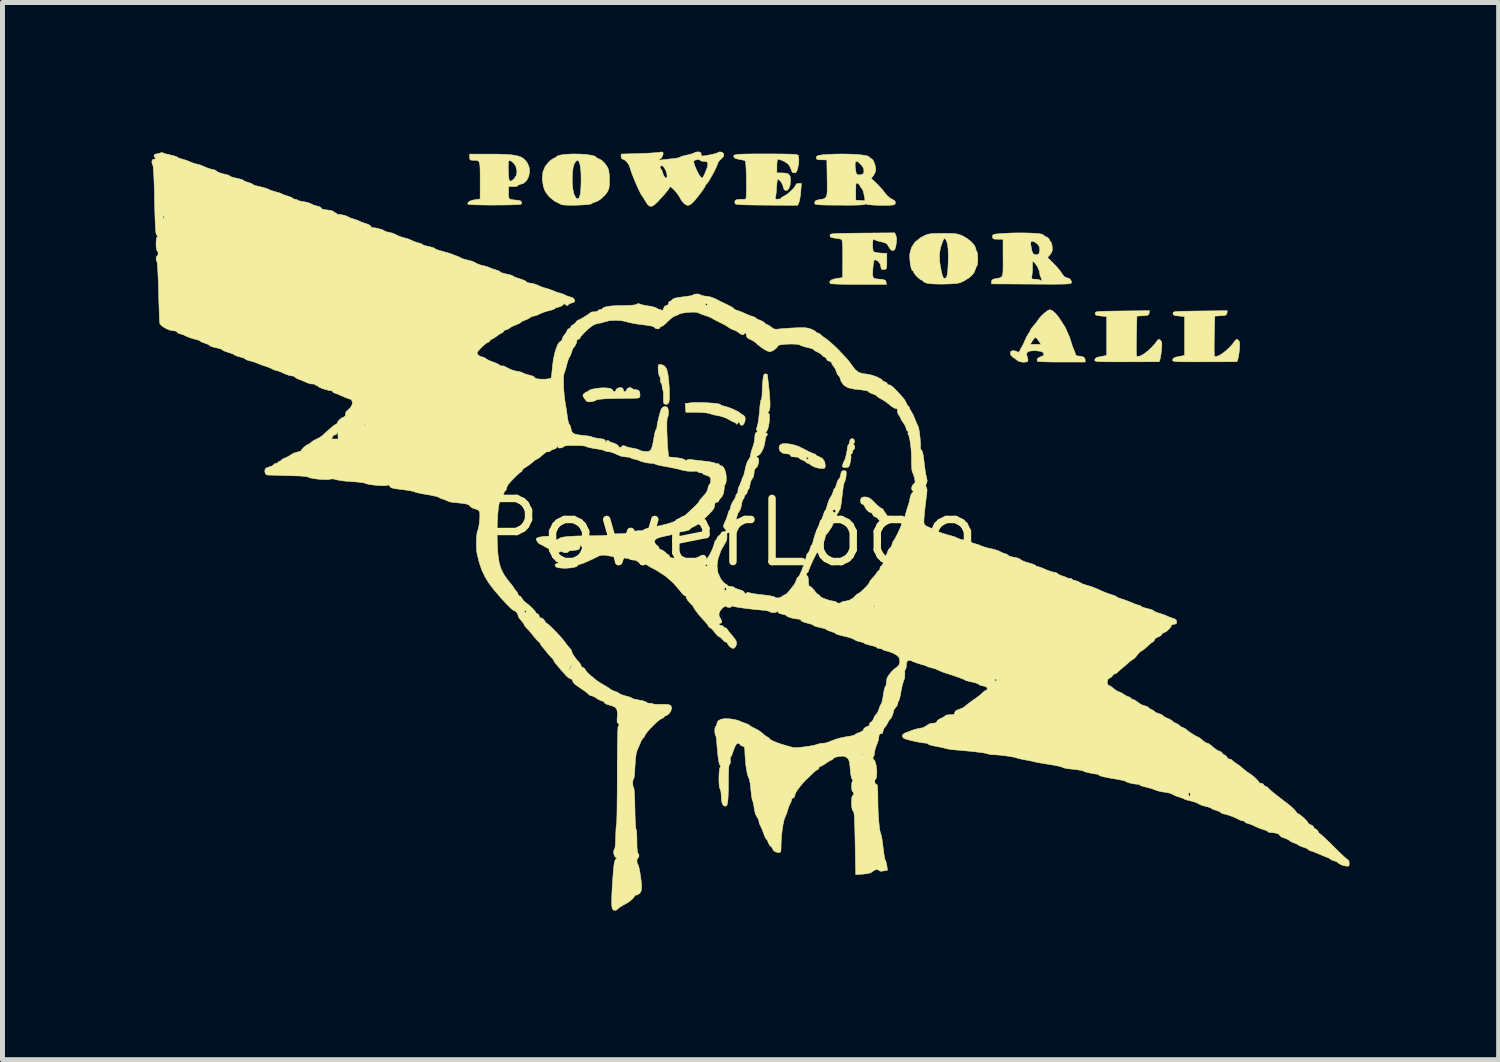
<source format=kicad_pcb>
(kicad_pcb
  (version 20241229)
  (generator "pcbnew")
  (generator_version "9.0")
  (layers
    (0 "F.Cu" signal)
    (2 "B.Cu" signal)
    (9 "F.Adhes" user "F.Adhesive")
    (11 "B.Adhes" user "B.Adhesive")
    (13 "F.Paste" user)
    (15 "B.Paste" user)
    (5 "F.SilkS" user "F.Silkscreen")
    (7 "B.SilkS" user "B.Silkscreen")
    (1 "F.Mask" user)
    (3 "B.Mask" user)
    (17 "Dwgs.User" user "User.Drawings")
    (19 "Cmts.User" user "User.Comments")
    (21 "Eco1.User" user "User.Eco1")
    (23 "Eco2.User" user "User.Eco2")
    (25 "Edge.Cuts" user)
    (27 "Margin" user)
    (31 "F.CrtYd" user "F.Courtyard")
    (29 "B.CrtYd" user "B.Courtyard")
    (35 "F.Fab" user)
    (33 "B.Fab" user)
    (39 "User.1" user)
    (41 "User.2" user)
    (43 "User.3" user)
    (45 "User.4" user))
  (footprint "PowerLogo"
    (layer "F.Cu")
    (at 11.604 7.667)
    (property "Reference" "PowerLogo" (at 0 0 0) (layer "F.SilkS") (effects (font (size 1.27 1.27) (thickness 0.15))))
    (attr through_hole)
    (fp_poly (pts (xy -1.318 -3.372) (xy -1.306 -3.367) (xy -1.269 -3.338) (xy -1.239 -3.279) (xy -1.217 -3.188) (xy -1.201 -3.061) (xy -1.191 -2.918) (xy -1.186 -2.787) (xy -1.188 -2.693) (xy -1.197 -2.631) (xy -1.215 -2.596) (xy -1.241 -2.583) (xy -1.248 -2.582) (xy -1.287 -2.591) (xy -1.3 -2.601) (xy -1.306 -2.63) (xy -1.308 -2.688) (xy -1.307 -2.737) (xy -1.308 -2.805) (xy -1.313 -2.854) (xy -1.319 -2.871) (xy -1.33 -2.901) (xy -1.333 -2.944) (xy -1.341 -2.992) (xy -1.357 -3.017) (xy -1.371 -3.047) (xy -1.37 -3.081) (xy -1.371 -3.122) (xy -1.382 -3.138) (xy -1.395 -3.162) (xy -1.407 -3.214) (xy -1.413 -3.266) (xy -1.416 -3.341) (xy -1.405 -3.379) (xy -1.375 -3.388) (xy -1.318 -3.372)) (stroke (width 0.01) (type solid)) (fill yes) (layer "F.SilkS"))
    (fp_poly (pts (xy 2.795 -0.715) (xy 2.837 -0.697) (xy 2.886 -0.659) (xy 2.943 -0.604) (xy 3.001 -0.548) (xy 3.051 -0.507) (xy 3.082 -0.488) (xy 3.085 -0.487) (xy 3.11 -0.475) (xy 3.111 -0.469) (xy 3.124 -0.442) (xy 3.154 -0.402) (xy 3.201 -0.332) (xy 3.217 -0.269) (xy 3.203 -0.22) (xy 3.161 -0.194) (xy 3.132 -0.191) (xy 3.078 -0.201) (xy 3.039 -0.241) (xy 3.031 -0.254) (xy 2.996 -0.297) (xy 2.959 -0.317) (xy 2.956 -0.317) (xy 2.92 -0.335) (xy 2.906 -0.36) (xy 2.886 -0.394) (xy 2.869 -0.402) (xy 2.826 -0.419) (xy 2.781 -0.46) (xy 2.748 -0.511) (xy 2.743 -0.524) (xy 2.721 -0.561) (xy 2.7 -0.572) (xy 2.668 -0.589) (xy 2.655 -0.635) (xy 2.66 -0.675) (xy 2.679 -0.706) (xy 2.719 -0.719) (xy 2.749 -0.72) (xy 2.795 -0.715)) (stroke (width 0.01) (type solid)) (fill yes) (layer "F.SilkS"))
    (fp_poly (pts (xy 2.505 -1.893) (xy 2.533 -1.865) (xy 2.538 -1.825) (xy 2.519 -1.795) (xy 2.514 -1.792) (xy 2.498 -1.782) (xy 2.514 -1.78) (xy 2.532 -1.762) (xy 2.54 -1.725) (xy 2.535 -1.688) (xy 2.519 -1.672) (xy 2.502 -1.654) (xy 2.498 -1.63) (xy 2.488 -1.595) (xy 2.474 -1.587) (xy 2.46 -1.572) (xy 2.463 -1.555) (xy 2.466 -1.517) (xy 2.459 -1.455) (xy 2.451 -1.418) (xy 2.435 -1.356) (xy 2.417 -1.324) (xy 2.389 -1.314) (xy 2.356 -1.312) (xy 2.309 -1.315) (xy 2.293 -1.331) (xy 2.299 -1.371) (xy 2.314 -1.417) (xy 2.327 -1.439) (xy 2.341 -1.467) (xy 2.358 -1.522) (xy 2.374 -1.589) (xy 2.387 -1.655) (xy 2.392 -1.703) (xy 2.4 -1.748) (xy 2.413 -1.767) (xy 2.432 -1.798) (xy 2.434 -1.816) (xy 2.447 -1.87) (xy 2.478 -1.895) (xy 2.505 -1.893)) (stroke (width 0.01) (type solid)) (fill yes) (layer "F.SilkS"))
    (fp_poly (pts (xy -0.52 -2.619) (xy -0.421 -2.614) (xy -0.327 -2.608) (xy -0.248 -2.601) (xy -0.193 -2.592) (xy -0.17 -2.583) (xy -0.169 -2.582) (xy -0.151 -2.569) (xy -0.102 -2.551) (xy -0.058 -2.54) (xy 0.012 -2.518) (xy 0.092 -2.486) (xy 0.168 -2.45) (xy 0.227 -2.415) (xy 0.254 -2.392) (xy 0.281 -2.374) (xy 0.302 -2.364) (xy 0.33 -2.335) (xy 0.338 -2.284) (xy 0.328 -2.228) (xy 0.305 -2.182) (xy 0.269 -2.159) (xy 0.264 -2.159) (xy 0.236 -2.176) (xy 0.233 -2.191) (xy 0.221 -2.219) (xy 0.196 -2.216) (xy 0.182 -2.196) (xy 0.168 -2.18) (xy 0.157 -2.196) (xy 0.129 -2.221) (xy 0.118 -2.223) (xy 0.085 -2.234) (xy 0.034 -2.262) (xy 0.01 -2.277) (xy -0.066 -2.315) (xy -0.161 -2.345) (xy -0.199 -2.353) (xy -0.277 -2.368) (xy -0.343 -2.385) (xy -0.375 -2.396) (xy -0.416 -2.406) (xy -0.487 -2.415) (xy -0.577 -2.42) (xy -0.64 -2.422) (xy -0.857 -2.424) (xy -0.864 -2.511) (xy -0.87 -2.599) (xy -0.76 -2.614) (xy -0.699 -2.619) (xy -0.616 -2.62) (xy -0.52 -2.619)) (stroke (width 0.01) (type solid)) (fill yes) (layer "F.SilkS"))
    (fp_poly (pts (xy -1.943 -2.907) (xy -1.937 -2.9) (xy -1.908 -2.884) (xy -1.864 -2.879) (xy -1.812 -2.867) (xy -1.785 -2.828) (xy -1.778 -2.761) (xy -1.789 -2.72) (xy -1.826 -2.708) (xy -1.862 -2.707) (xy -1.932 -2.705) (xy -2.029 -2.704) (xy -2.145 -2.702) (xy -2.247 -2.701) (xy -2.394 -2.698) (xy -2.511 -2.692) (xy -2.595 -2.685) (xy -2.642 -2.676) (xy -2.65 -2.673) (xy -2.692 -2.652) (xy -2.752 -2.637) (xy -2.809 -2.632) (xy -2.847 -2.64) (xy -2.847 -2.64) (xy -2.874 -2.669) (xy -2.905 -2.712) (xy -2.927 -2.753) (xy -2.925 -2.778) (xy -2.902 -2.802) (xy -2.864 -2.829) (xy -2.842 -2.836) (xy -2.814 -2.853) (xy -2.811 -2.858) (xy -2.788 -2.872) (xy -2.735 -2.889) (xy -2.664 -2.903) (xy -2.564 -2.914) (xy -2.473 -2.915) (xy -2.397 -2.907) (xy -2.346 -2.89) (xy -2.328 -2.867) (xy -2.311 -2.84) (xy -2.297 -2.836) (xy -2.268 -2.852) (xy -2.265 -2.866) (xy -2.246 -2.899) (xy -2.195 -2.918) (xy -2.157 -2.921) (xy -2.123 -2.905) (xy -2.117 -2.879) (xy -2.104 -2.844) (xy -2.087 -2.836) (xy -2.059 -2.854) (xy -2.047 -2.879) (xy -2.021 -2.911) (xy -1.98 -2.921) (xy -1.943 -2.907)) (stroke (width 0.01) (type solid)) (fill yes) (layer "F.SilkS"))
    (fp_poly (pts (xy 8.463 -4.419) (xy 8.454 -4.391) (xy 8.431 -4.376) (xy 8.382 -4.368) (xy 8.337 -4.365) (xy 8.217 -4.358) (xy 8.208 -3.962) (xy 8.206 -3.837) (xy 8.205 -3.727) (xy 8.206 -3.638) (xy 8.208 -3.577) (xy 8.211 -3.552) (xy 8.211 -3.552) (xy 8.244 -3.544) (xy 8.298 -3.562) (xy 8.365 -3.602) (xy 8.44 -3.659) (xy 8.514 -3.728) (xy 8.581 -3.803) (xy 8.617 -3.853) (xy 8.645 -3.887) (xy 8.668 -3.888) (xy 8.689 -3.874) (xy 8.708 -3.851) (xy 8.718 -3.816) (xy 8.718 -3.76) (xy 8.713 -3.692) (xy 8.704 -3.609) (xy 8.693 -3.536) (xy 8.682 -3.491) (xy 8.663 -3.44) (xy 8.014 -3.438) (xy 7.831 -3.438) (xy 7.686 -3.438) (xy 7.575 -3.439) (xy 7.493 -3.441) (xy 7.436 -3.444) (xy 7.4 -3.449) (xy 7.379 -3.455) (xy 7.371 -3.463) (xy 7.37 -3.474) (xy 7.37 -3.48) (xy 7.383 -3.508) (xy 7.419 -3.528) (xy 7.487 -3.544) (xy 7.493 -3.545) (xy 7.609 -3.567) (xy 7.609 -4.35) (xy 7.493 -4.36) (xy 7.425 -4.369) (xy 7.39 -4.381) (xy 7.377 -4.402) (xy 7.377 -4.413) (xy 7.378 -4.426) (xy 7.386 -4.436) (xy 7.404 -4.444) (xy 7.438 -4.449) (xy 7.493 -4.453) (xy 7.573 -4.456) (xy 7.683 -4.458) (xy 7.829 -4.46) (xy 7.923 -4.461) (xy 8.47 -4.467) (xy 8.463 -4.419)) (stroke (width 0.01) (type solid)) (fill yes) (layer "F.SilkS"))
    (fp_poly (pts (xy 10.029 -4.419) (xy 10.02 -4.391) (xy 9.997 -4.376) (xy 9.948 -4.368) (xy 9.903 -4.365) (xy 9.784 -4.358) (xy 9.774 -3.962) (xy 9.772 -3.837) (xy 9.771 -3.727) (xy 9.772 -3.638) (xy 9.774 -3.577) (xy 9.777 -3.552) (xy 9.777 -3.552) (xy 9.811 -3.544) (xy 9.864 -3.562) (xy 9.932 -3.602) (xy 10.006 -3.659) (xy 10.08 -3.728) (xy 10.147 -3.803) (xy 10.184 -3.853) (xy 10.211 -3.887) (xy 10.234 -3.888) (xy 10.255 -3.874) (xy 10.275 -3.851) (xy 10.284 -3.816) (xy 10.284 -3.76) (xy 10.28 -3.692) (xy 10.271 -3.609) (xy 10.259 -3.536) (xy 10.248 -3.491) (xy 10.229 -3.44) (xy 9.58 -3.438) (xy 9.397 -3.438) (xy 9.253 -3.438) (xy 9.141 -3.439) (xy 9.06 -3.441) (xy 9.003 -3.444) (xy 8.966 -3.449) (xy 8.946 -3.455) (xy 8.937 -3.463) (xy 8.936 -3.474) (xy 8.937 -3.48) (xy 8.95 -3.508) (xy 8.985 -3.528) (xy 9.053 -3.544) (xy 9.059 -3.545) (xy 9.176 -3.567) (xy 9.176 -4.35) (xy 9.059 -4.36) (xy 8.991 -4.369) (xy 8.956 -4.381) (xy 8.944 -4.402) (xy 8.943 -4.413) (xy 8.944 -4.426) (xy 8.952 -4.436) (xy 8.97 -4.444) (xy 9.005 -4.449) (xy 9.059 -4.453) (xy 9.14 -4.456) (xy 9.25 -4.458) (xy 9.395 -4.46) (xy 9.489 -4.461) (xy 10.036 -4.467) (xy 10.029 -4.419)) (stroke (width 0.01) (type solid)) (fill yes) (layer "F.SilkS"))
    (fp_poly (pts (xy 1.169 -1.793) (xy 1.265 -1.78) (xy 1.345 -1.76) (xy 1.425 -1.73) (xy 1.521 -1.682) (xy 1.542 -1.671) (xy 1.618 -1.632) (xy 1.681 -1.603) (xy 1.721 -1.588) (xy 1.728 -1.587) (xy 1.754 -1.577) (xy 1.757 -1.569) (xy 1.775 -1.55) (xy 1.81 -1.536) (xy 1.887 -1.498) (xy 1.934 -1.433) (xy 1.947 -1.365) (xy 1.945 -1.317) (xy 1.928 -1.296) (xy 1.884 -1.292) (xy 1.868 -1.293) (xy 1.793 -1.303) (xy 1.718 -1.328) (xy 1.714 -1.33) (xy 1.665 -1.356) (xy 1.636 -1.378) (xy 1.633 -1.381) (xy 1.609 -1.396) (xy 1.596 -1.397) (xy 1.569 -1.407) (xy 1.566 -1.414) (xy 1.549 -1.432) (xy 1.505 -1.455) (xy 1.492 -1.46) (xy 1.444 -1.483) (xy 1.435 -1.491) (xy 1.566 -1.491) (xy 1.577 -1.469) (xy 1.587 -1.471) (xy 1.608 -1.498) (xy 1.609 -1.504) (xy 1.593 -1.523) (xy 1.587 -1.524) (xy 1.569 -1.507) (xy 1.566 -1.491) (xy 1.435 -1.491) (xy 1.419 -1.503) (xy 1.418 -1.507) (xy 1.399 -1.518) (xy 1.352 -1.524) (xy 1.333 -1.524) (xy 1.275 -1.529) (xy 1.25 -1.547) (xy 1.249 -1.556) (xy 1.234 -1.578) (xy 1.187 -1.587) (xy 1.167 -1.587) (xy 1.089 -1.602) (xy 1.037 -1.643) (xy 1.016 -1.705) (xy 1.016 -1.708) (xy 1.033 -1.762) (xy 1.083 -1.791) (xy 1.166 -1.794) (xy 1.169 -1.793)) (stroke (width 0.01) (type solid)) (fill yes) (layer "F.SilkS"))
    (fp_poly (pts (xy -2.973 -7.617) (xy -2.868 -7.609) (xy -2.777 -7.597) (xy -2.709 -7.582) (xy -2.672 -7.565) (xy -2.667 -7.557) (xy -2.649 -7.54) (xy -2.615 -7.527) (xy -2.554 -7.495) (xy -2.492 -7.437) (xy -2.44 -7.364) (xy -2.413 -7.303) (xy -2.399 -7.222) (xy -2.393 -7.118) (xy -2.395 -7.012) (xy -2.405 -6.923) (xy -2.433 -6.86) (xy -2.487 -6.789) (xy -2.555 -6.724) (xy -2.626 -6.675) (xy -2.672 -6.656) (xy -2.724 -6.639) (xy -2.755 -6.619) (xy -2.756 -6.618) (xy -2.781 -6.609) (xy -2.84 -6.601) (xy -2.921 -6.595) (xy -3.016 -6.591) (xy -3.116 -6.588) (xy -3.209 -6.589) (xy -3.288 -6.591) (xy -3.342 -6.597) (xy -3.355 -6.6) (xy -3.493 -6.668) (xy -3.604 -6.757) (xy -3.684 -6.862) (xy -3.724 -6.968) (xy -3.745 -7.125) (xy -3.744 -7.127) (xy -3.143 -7.127) (xy -3.139 -7.009) (xy -3.128 -6.901) (xy -3.109 -6.815) (xy -3.101 -6.794) (xy -3.065 -6.733) (xy -3.034 -6.714) (xy -3.006 -6.737) (xy -2.986 -6.789) (xy -2.976 -6.844) (xy -2.969 -6.927) (xy -2.965 -7.028) (xy -2.964 -7.101) (xy -2.967 -7.25) (xy -2.979 -7.365) (xy -2.996 -7.444) (xy -3.02 -7.486) (xy -3.05 -7.489) (xy -3.083 -7.453) (xy -3.105 -7.414) (xy -3.125 -7.343) (xy -3.138 -7.243) (xy -3.143 -7.127) (xy -3.744 -7.127) (xy -3.732 -7.258) (xy -3.686 -7.37) (xy -3.616 -7.456) (xy -3.565 -7.5) (xy -3.521 -7.529) (xy -3.504 -7.535) (xy -3.473 -7.549) (xy -3.467 -7.558) (xy -3.439 -7.58) (xy -3.373 -7.599) (xy -3.275 -7.612) (xy -3.15 -7.619) (xy -3.086 -7.619) (xy -2.973 -7.617)) (stroke (width 0.01) (type solid)) (fill yes) (layer "F.SilkS"))
    (fp_poly (pts (xy -4.638 -7.616) (xy -4.482 -7.611) (xy -4.358 -7.602) (xy -4.261 -7.586) (xy -4.186 -7.563) (xy -4.129 -7.531) (xy -4.083 -7.489) (xy -4.044 -7.437) (xy -4.039 -7.428) (xy -4.006 -7.342) (xy -4.001 -7.25) (xy -4.02 -7.162) (xy -4.061 -7.085) (xy -4.119 -7.031) (xy -4.192 -7.007) (xy -4.203 -7.006) (xy -4.23 -6.994) (xy -4.233 -6.985) (xy -4.252 -6.972) (xy -4.3 -6.965) (xy -4.329 -6.964) (xy -4.424 -6.964) (xy -4.424 -6.839) (xy -4.423 -6.77) (xy -4.416 -6.731) (xy -4.398 -6.713) (xy -4.363 -6.703) (xy -4.358 -6.702) (xy -4.289 -6.692) (xy -4.233 -6.689) (xy -4.182 -6.676) (xy -4.159 -6.646) (xy -4.167 -6.611) (xy -4.191 -6.605) (xy -4.25 -6.601) (xy -4.338 -6.597) (xy -4.447 -6.594) (xy -4.57 -6.593) (xy -4.7 -6.592) (xy -4.831 -6.592) (xy -4.955 -6.594) (xy -5.065 -6.596) (xy -5.154 -6.6) (xy -5.215 -6.604) (xy -5.242 -6.61) (xy -5.243 -6.61) (xy -5.241 -6.641) (xy -5.205 -6.67) (xy -5.14 -6.692) (xy -5.1 -6.699) (xy -4.995 -6.714) (xy -4.995 -7.091) (xy -4.995 -7.23) (xy -4.997 -7.333) (xy -5.001 -7.392) (xy -4.429 -7.392) (xy -4.429 -7.311) (xy -4.428 -7.265) (xy -4.422 -7.164) (xy -4.412 -7.101) (xy -4.395 -7.073) (xy -4.368 -7.077) (xy -4.326 -7.107) (xy -4.311 -7.122) (xy -4.266 -7.19) (xy -4.254 -7.276) (xy -4.277 -7.369) (xy -4.286 -7.388) (xy -4.322 -7.437) (xy -4.364 -7.473) (xy -4.402 -7.487) (xy -4.421 -7.479) (xy -4.426 -7.451) (xy -4.429 -7.392) (xy -5.001 -7.392) (xy -5.002 -7.405) (xy -5.012 -7.451) (xy -5.03 -7.478) (xy -5.057 -7.49) (xy -5.095 -7.493) (xy -5.135 -7.493) (xy -5.184 -7.497) (xy -5.204 -7.516) (xy -5.207 -7.554) (xy -5.207 -7.616) (xy -4.831 -7.617) (xy -4.638 -7.616)) (stroke (width 0.01) (type solid)) (fill yes) (layer "F.SilkS"))
    (fp_poly (pts (xy 4.436 -6.021) (xy 4.521 -6.019) (xy 4.584 -6.013) (xy 4.634 -6.002) (xy 4.68 -5.985) (xy 4.721 -5.966) (xy 4.805 -5.917) (xy 4.88 -5.857) (xy 4.938 -5.794) (xy 4.97 -5.737) (xy 4.974 -5.716) (xy 4.984 -5.675) (xy 4.995 -5.662) (xy 5.006 -5.635) (xy 5.013 -5.581) (xy 5.016 -5.512) (xy 5.014 -5.445) (xy 5.008 -5.391) (xy 4.998 -5.367) (xy 4.981 -5.34) (xy 4.968 -5.297) (xy 4.931 -5.216) (xy 4.853 -5.138) (xy 4.741 -5.067) (xy 4.691 -5.043) (xy 4.646 -5.026) (xy 4.594 -5.015) (xy 4.525 -5.009) (xy 4.431 -5.005) (xy 4.352 -5.003) (xy 4.24 -5.002) (xy 4.136 -5.005) (xy 4.052 -5.011) (xy 3.998 -5.019) (xy 3.995 -5.019) (xy 3.945 -5.038) (xy 3.917 -5.057) (xy 3.916 -5.061) (xy 3.899 -5.079) (xy 3.892 -5.08) (xy 3.86 -5.095) (xy 3.816 -5.131) (xy 3.77 -5.177) (xy 3.736 -5.219) (xy 3.726 -5.244) (xy 3.713 -5.269) (xy 3.706 -5.271) (xy 3.688 -5.29) (xy 3.672 -5.34) (xy 3.658 -5.411) (xy 3.65 -5.492) (xy 3.647 -5.57) (xy 3.649 -5.605) (xy 4.244 -5.605) (xy 4.248 -5.467) (xy 4.264 -5.353) (xy 4.287 -5.24) (xy 4.307 -5.165) (xy 4.328 -5.124) (xy 4.35 -5.113) (xy 4.376 -5.129) (xy 4.379 -5.131) (xy 4.394 -5.159) (xy 4.405 -5.209) (xy 4.414 -5.288) (xy 4.419 -5.403) (xy 4.42 -5.417) (xy 4.423 -5.584) (xy 4.418 -5.714) (xy 4.406 -5.81) (xy 4.385 -5.875) (xy 4.372 -5.897) (xy 4.352 -5.919) (xy 4.336 -5.914) (xy 4.316 -5.875) (xy 4.311 -5.863) (xy 4.265 -5.732) (xy 4.244 -5.605) (xy 3.649 -5.605) (xy 3.65 -5.62) (xy 3.684 -5.742) (xy 3.753 -5.845) (xy 3.859 -5.932) (xy 3.934 -5.973) (xy 3.979 -5.993) (xy 4.024 -6.007) (xy 4.078 -6.016) (xy 4.151 -6.02) (xy 4.253 -6.022) (xy 4.318 -6.022) (xy 4.436 -6.021)) (stroke (width 0.01) (type solid)) (fill yes) (layer "F.SilkS"))
    (fp_poly (pts (xy 3.369 -5.98) (xy 3.383 -5.918) (xy 3.378 -5.829) (xy 3.374 -5.805) (xy 3.36 -5.733) (xy 3.343 -5.695) (xy 3.319 -5.679) (xy 3.312 -5.677) (xy 3.275 -5.685) (xy 3.24 -5.726) (xy 3.226 -5.751) (xy 3.195 -5.801) (xy 3.158 -5.829) (xy 3.1 -5.847) (xy 3.075 -5.853) (xy 3.011 -5.867) (xy 2.964 -5.882) (xy 2.951 -5.89) (xy 2.921 -5.905) (xy 2.917 -5.905) (xy 2.908 -5.887) (xy 2.902 -5.84) (xy 2.901 -5.779) (xy 2.904 -5.718) (xy 2.911 -5.672) (xy 2.917 -5.658) (xy 2.945 -5.643) (xy 3.002 -5.632) (xy 3.059 -5.626) (xy 3.186 -5.62) (xy 3.186 -5.461) (xy 3.185 -5.38) (xy 3.181 -5.332) (xy 3.17 -5.308) (xy 3.15 -5.299) (xy 3.127 -5.296) (xy 3.085 -5.297) (xy 3.07 -5.32) (xy 3.069 -5.338) (xy 3.053 -5.405) (xy 3.012 -5.461) (xy 2.965 -5.488) (xy 2.942 -5.489) (xy 2.927 -5.473) (xy 2.917 -5.429) (xy 2.91 -5.369) (xy 2.904 -5.287) (xy 2.901 -5.213) (xy 2.903 -5.175) (xy 2.91 -5.14) (xy 2.926 -5.12) (xy 2.962 -5.109) (xy 3.029 -5.102) (xy 3.037 -5.101) (xy 3.109 -5.093) (xy 3.149 -5.082) (xy 3.166 -5.063) (xy 3.171 -5.043) (xy 3.178 -4.995) (xy 2.617 -4.995) (xy 2.463 -4.996) (xy 2.326 -4.998) (xy 2.21 -5.001) (xy 2.12 -5.005) (xy 2.063 -5.01) (xy 2.044 -5.015) (xy 2.038 -5.054) (xy 2.072 -5.086) (xy 2.146 -5.11) (xy 2.176 -5.115) (xy 2.297 -5.133) (xy 2.299 -5.509) (xy 2.299 -5.667) (xy 2.295 -5.784) (xy 2.289 -5.861) (xy 2.28 -5.897) (xy 2.278 -5.9) (xy 2.244 -5.911) (xy 2.185 -5.922) (xy 2.148 -5.926) (xy 2.084 -5.936) (xy 2.052 -5.95) (xy 2.043 -5.975) (xy 2.043 -5.98) (xy 2.044 -5.991) (xy 2.051 -6.001) (xy 2.067 -6.008) (xy 2.098 -6.014) (xy 2.148 -6.018) (xy 2.221 -6.021) (xy 2.321 -6.023) (xy 2.453 -6.025) (xy 2.622 -6.027) (xy 2.694 -6.028) (xy 3.345 -6.033) (xy 3.369 -5.98)) (stroke (width 0.01) (type solid)) (fill yes) (layer "F.SilkS"))
    (fp_poly (pts (xy 6.513 -4.469) (xy 6.572 -4.42) (xy 6.634 -4.347) (xy 6.662 -4.305) (xy 6.69 -4.263) (xy 6.728 -4.204) (xy 6.741 -4.185) (xy 6.773 -4.133) (xy 6.792 -4.097) (xy 6.795 -4.089) (xy 6.804 -4.062) (xy 6.826 -4.015) (xy 6.834 -4) (xy 6.865 -3.929) (xy 6.888 -3.857) (xy 6.889 -3.852) (xy 6.909 -3.784) (xy 6.937 -3.708) (xy 6.945 -3.689) (xy 6.969 -3.631) (xy 6.983 -3.588) (xy 6.985 -3.578) (xy 7.003 -3.561) (xy 7.033 -3.556) (xy 7.117 -3.546) (xy 7.164 -3.518) (xy 7.176 -3.482) (xy 7.176 -3.434) (xy 6.699 -3.434) (xy 6.561 -3.434) (xy 6.438 -3.436) (xy 6.336 -3.439) (xy 6.261 -3.443) (xy 6.219 -3.448) (xy 6.212 -3.451) (xy 6.209 -3.488) (xy 6.239 -3.523) (xy 6.288 -3.543) (xy 6.336 -3.564) (xy 6.348 -3.598) (xy 6.322 -3.632) (xy 6.309 -3.64) (xy 6.265 -3.652) (xy 6.197 -3.66) (xy 6.153 -3.662) (xy 6.064 -3.655) (xy 6.013 -3.633) (xy 5.997 -3.593) (xy 6.011 -3.536) (xy 6.025 -3.486) (xy 6.023 -3.452) (xy 6.023 -3.451) (xy 5.991 -3.435) (xy 5.937 -3.43) (xy 5.876 -3.438) (xy 5.831 -3.454) (xy 5.793 -3.479) (xy 5.779 -3.493) (xy 5.753 -3.513) (xy 5.72 -3.532) (xy 5.68 -3.575) (xy 5.673 -3.61) (xy 5.68 -3.648) (xy 5.712 -3.661) (xy 5.732 -3.662) (xy 5.784 -3.654) (xy 5.816 -3.637) (xy 5.837 -3.63) (xy 5.859 -3.657) (xy 5.867 -3.674) (xy 5.89 -3.721) (xy 5.906 -3.746) (xy 5.907 -3.747) (xy 5.921 -3.771) (xy 5.929 -3.789) (xy 6.071 -3.789) (xy 6.287 -3.789) (xy 6.239 -3.863) (xy 6.206 -3.907) (xy 6.18 -3.93) (xy 6.174 -3.931) (xy 6.153 -3.911) (xy 6.121 -3.869) (xy 6.114 -3.857) (xy 6.071 -3.789) (xy 5.929 -3.789) (xy 5.944 -3.821) (xy 5.956 -3.851) (xy 5.988 -3.922) (xy 6.023 -3.987) (xy 6.034 -4.003) (xy 6.062 -4.045) (xy 6.075 -4.072) (xy 6.075 -4.073) (xy 6.086 -4.099) (xy 6.124 -4.146) (xy 6.162 -4.19) (xy 6.198 -4.235) (xy 6.216 -4.262) (xy 6.255 -4.317) (xy 6.309 -4.376) (xy 6.369 -4.43) (xy 6.424 -4.47) (xy 6.464 -4.487) (xy 6.466 -4.487) (xy 6.513 -4.469)) (stroke (width 0.01) (type solid)) (fill yes) (layer "F.SilkS"))
    (fp_poly (pts (xy 5.958 -6.031) (xy 6.08 -6.028) (xy 6.185 -6.022) (xy 6.265 -6.014) (xy 6.314 -6.004) (xy 6.325 -5.997) (xy 6.355 -5.971) (xy 6.398 -5.95) (xy 6.44 -5.925) (xy 6.456 -5.897) (xy 6.469 -5.865) (xy 6.479 -5.859) (xy 6.495 -5.835) (xy 6.509 -5.784) (xy 6.513 -5.755) (xy 6.516 -5.688) (xy 6.502 -5.64) (xy 6.472 -5.598) (xy 6.419 -5.537) (xy 6.553 -5.402) (xy 6.617 -5.334) (xy 6.671 -5.269) (xy 6.707 -5.218) (xy 6.714 -5.206) (xy 6.758 -5.15) (xy 6.805 -5.131) (xy 6.868 -5.107) (xy 6.896 -5.065) (xy 6.9 -5.033) (xy 6.898 -5.024) (xy 6.888 -5.017) (xy 6.866 -5.011) (xy 6.83 -5.006) (xy 6.774 -5.003) (xy 6.694 -5.001) (xy 6.588 -5) (xy 6.45 -5) (xy 6.278 -5.001) (xy 6.096 -5.002) (xy 5.292 -5.006) (xy 5.292 -5.051) (xy 5.301 -5.084) (xy 5.337 -5.103) (xy 5.371 -5.111) (xy 5.425 -5.12) (xy 5.45 -5.125) (xy 6.098 -5.125) (xy 6.109 -5.106) (xy 6.147 -5.101) (xy 6.177 -5.101) (xy 6.235 -5.095) (xy 6.273 -5.081) (xy 6.279 -5.076) (xy 6.295 -5.062) (xy 6.303 -5.078) (xy 6.298 -5.115) (xy 6.289 -5.128) (xy 6.27 -5.168) (xy 6.265 -5.198) (xy 6.252 -5.271) (xy 6.217 -5.351) (xy 6.172 -5.417) (xy 6.161 -5.428) (xy 6.117 -5.468) (xy 6.117 -5.351) (xy 6.115 -5.27) (xy 6.108 -5.197) (xy 6.104 -5.167) (xy 6.098 -5.125) (xy 5.45 -5.125) (xy 5.465 -5.129) (xy 5.492 -5.143) (xy 5.51 -5.17) (xy 5.52 -5.215) (xy 5.524 -5.284) (xy 5.525 -5.383) (xy 5.525 -5.519) (xy 5.524 -5.526) (xy 5.524 -5.841) (xy 6.08 -5.841) (xy 6.082 -5.797) (xy 6.087 -5.763) (xy 6.104 -5.673) (xy 6.126 -5.619) (xy 6.157 -5.594) (xy 6.198 -5.592) (xy 6.236 -5.603) (xy 6.255 -5.631) (xy 6.261 -5.678) (xy 6.258 -5.744) (xy 6.228 -5.796) (xy 6.215 -5.81) (xy 6.166 -5.846) (xy 6.12 -5.863) (xy 6.117 -5.863) (xy 6.091 -5.859) (xy 6.08 -5.841) (xy 5.524 -5.841) (xy 5.524 -5.905) (xy 5.419 -5.905) (xy 5.356 -5.907) (xy 5.324 -5.916) (xy 5.314 -5.937) (xy 5.313 -5.956) (xy 5.314 -5.978) (xy 5.324 -5.993) (xy 5.349 -6.004) (xy 5.397 -6.011) (xy 5.475 -6.017) (xy 5.553 -6.022) (xy 5.687 -6.029) (xy 5.824 -6.032) (xy 5.958 -6.031)) (stroke (width 0.01) (type solid)) (fill yes) (layer "F.SilkS"))
    (fp_poly (pts (xy 0.933 -7.62) (xy 1.079 -7.619) (xy 1.191 -7.617) (xy 1.274 -7.615) (xy 1.333 -7.611) (xy 1.371 -7.606) (xy 1.393 -7.599) (xy 1.404 -7.59) (xy 1.405 -7.587) (xy 1.417 -7.514) (xy 1.411 -7.415) (xy 1.394 -7.333) (xy 1.375 -7.273) (xy 1.353 -7.245) (xy 1.323 -7.239) (xy 1.286 -7.25) (xy 1.266 -7.29) (xy 1.262 -7.305) (xy 1.236 -7.369) (xy 1.198 -7.419) (xy 1.144 -7.457) (xy 1.077 -7.491) (xy 1.014 -7.511) (xy 0.992 -7.514) (xy 0.983 -7.495) (xy 0.976 -7.444) (xy 0.974 -7.377) (xy 0.974 -7.239) (xy 1.07 -7.239) (xy 1.159 -7.233) (xy 1.213 -7.213) (xy 1.24 -7.171) (xy 1.249 -7.103) (xy 1.249 -7.094) (xy 1.241 -6.998) (xy 1.218 -6.928) (xy 1.183 -6.889) (xy 1.154 -6.884) (xy 1.119 -6.905) (xy 1.104 -6.953) (xy 1.088 -7.005) (xy 1.057 -7.058) (xy 1.02 -7.099) (xy 0.993 -7.112) (xy 0.984 -7.093) (xy 0.976 -7.041) (xy 0.97 -6.967) (xy 0.969 -6.948) (xy 0.963 -6.864) (xy 0.955 -6.794) (xy 0.945 -6.75) (xy 0.944 -6.747) (xy 0.939 -6.721) (xy 0.962 -6.711) (xy 0.993 -6.71) (xy 1.038 -6.715) (xy 1.058 -6.728) (xy 1.058 -6.728) (xy 1.076 -6.749) (xy 1.118 -6.772) (xy 1.119 -6.772) (xy 1.168 -6.801) (xy 1.226 -6.847) (xy 1.283 -6.9) (xy 1.328 -6.951) (xy 1.353 -6.99) (xy 1.355 -6.999) (xy 1.373 -7.021) (xy 1.411 -7.027) (xy 1.467 -7.027) (xy 1.455 -6.863) (xy 1.446 -6.776) (xy 1.433 -6.699) (xy 1.419 -6.647) (xy 1.418 -6.643) (xy 1.392 -6.587) (xy 0.768 -6.59) (xy 0.578 -6.592) (xy 0.427 -6.594) (xy 0.312 -6.597) (xy 0.228 -6.601) (xy 0.173 -6.606) (xy 0.142 -6.613) (xy 0.133 -6.62) (xy 0.128 -6.67) (xy 0.16 -6.699) (xy 0.228 -6.708) (xy 0.243 -6.707) (xy 0.303 -6.707) (xy 0.344 -6.712) (xy 0.351 -6.715) (xy 0.356 -6.741) (xy 0.36 -6.801) (xy 0.362 -6.886) (xy 0.362 -6.988) (xy 0.361 -7.098) (xy 0.359 -7.208) (xy 0.355 -7.31) (xy 0.351 -7.394) (xy 0.346 -7.454) (xy 0.34 -7.479) (xy 0.31 -7.492) (xy 0.254 -7.505) (xy 0.23 -7.508) (xy 0.17 -7.521) (xy 0.129 -7.537) (xy 0.122 -7.544) (xy 0.109 -7.565) (xy 0.106 -7.582) (xy 0.114 -7.595) (xy 0.14 -7.604) (xy 0.186 -7.611) (xy 0.256 -7.616) (xy 0.355 -7.618) (xy 0.486 -7.62) (xy 0.654 -7.62) (xy 0.749 -7.62) (xy 0.933 -7.62)) (stroke (width 0.01) (type solid)) (fill yes) (layer "F.SilkS"))
    (fp_poly (pts (xy 2.431 -7.617) (xy 2.557 -7.611) (xy 2.667 -7.602) (xy 2.754 -7.589) (xy 2.813 -7.574) (xy 2.836 -7.557) (xy 2.836 -7.555) (xy 2.854 -7.536) (xy 2.875 -7.526) (xy 2.907 -7.497) (xy 2.935 -7.44) (xy 2.956 -7.367) (xy 2.963 -7.298) (xy 2.95 -7.244) (xy 2.919 -7.188) (xy 2.918 -7.187) (xy 2.872 -7.128) (xy 2.981 -7.025) (xy 3.046 -6.958) (xy 3.107 -6.889) (xy 3.145 -6.839) (xy 3.195 -6.779) (xy 3.253 -6.731) (xy 3.271 -6.721) (xy 3.331 -6.688) (xy 3.357 -6.659) (xy 3.356 -6.624) (xy 3.353 -6.617) (xy 3.341 -6.603) (xy 3.315 -6.594) (xy 3.266 -6.589) (xy 3.189 -6.586) (xy 3.076 -6.587) (xy 3.072 -6.587) (xy 2.969 -6.589) (xy 2.879 -6.594) (xy 2.813 -6.601) (xy 2.779 -6.609) (xy 2.778 -6.61) (xy 2.755 -6.618) (xy 2.752 -6.608) (xy 2.732 -6.6) (xy 2.671 -6.595) (xy 2.57 -6.591) (xy 2.427 -6.589) (xy 2.244 -6.59) (xy 2.084 -6.591) (xy 1.962 -6.592) (xy 1.873 -6.595) (xy 1.811 -6.598) (xy 1.771 -6.603) (xy 1.748 -6.61) (xy 1.738 -6.62) (xy 1.736 -6.632) (xy 1.736 -6.639) (xy 1.744 -6.67) (xy 1.774 -6.689) (xy 1.826 -6.7) (xy 1.883 -6.709) (xy 1.926 -6.72) (xy 1.955 -6.738) (xy 1.973 -6.769) (xy 1.983 -6.82) (xy 1.986 -6.871) (xy 2.561 -6.871) (xy 2.561 -6.691) (xy 2.651 -6.685) (xy 2.707 -6.681) (xy 2.742 -6.68) (xy 2.746 -6.68) (xy 2.745 -6.7) (xy 2.738 -6.749) (xy 2.728 -6.802) (xy 2.712 -6.866) (xy 2.696 -6.91) (xy 2.687 -6.921) (xy 2.668 -6.939) (xy 2.656 -6.964) (xy 2.627 -7.009) (xy 2.602 -7.028) (xy 2.582 -7.036) (xy 2.57 -7.03) (xy 2.564 -7.001) (xy 2.562 -6.944) (xy 2.561 -6.871) (xy 1.986 -6.871) (xy 1.987 -6.895) (xy 1.987 -7.001) (xy 1.985 -7.127) (xy 1.981 -7.392) (xy 2.548 -7.392) (xy 2.552 -7.35) (xy 2.562 -7.27) (xy 2.574 -7.224) (xy 2.593 -7.203) (xy 2.624 -7.199) (xy 2.653 -7.201) (xy 2.701 -7.212) (xy 2.721 -7.241) (xy 2.726 -7.272) (xy 2.72 -7.328) (xy 2.686 -7.384) (xy 2.668 -7.404) (xy 2.61 -7.458) (xy 2.571 -7.474) (xy 2.551 -7.452) (xy 2.548 -7.392) (xy 1.981 -7.392) (xy 1.979 -7.5) (xy 1.873 -7.502) (xy 1.81 -7.505) (xy 1.778 -7.515) (xy 1.768 -7.537) (xy 1.767 -7.546) (xy 1.773 -7.57) (xy 1.798 -7.586) (xy 1.849 -7.596) (xy 1.894 -7.602) (xy 2.021 -7.612) (xy 2.156 -7.618) (xy 2.295 -7.619) (xy 2.431 -7.617)) (stroke (width 0.01) (type solid)) (fill yes) (layer "F.SilkS"))
    (fp_poly (pts (xy -0.131 -7.655) (xy -0.097 -7.625) (xy -0.095 -7.618) (xy -0.095 -7.579) (xy -0.125 -7.539) (xy -0.146 -7.52) (xy -0.188 -7.48) (xy -0.21 -7.446) (xy -0.212 -7.44) (xy -0.222 -7.407) (xy -0.248 -7.348) (xy -0.284 -7.273) (xy -0.327 -7.194) (xy -0.369 -7.119) (xy -0.405 -7.059) (xy -0.431 -7.025) (xy -0.436 -7.021) (xy -0.462 -6.993) (xy -0.466 -6.98) (xy -0.478 -6.952) (xy -0.512 -6.901) (xy -0.559 -6.836) (xy -0.614 -6.764) (xy -0.67 -6.696) (xy -0.718 -6.642) (xy -0.765 -6.603) (xy -0.81 -6.584) (xy -0.816 -6.583) (xy -0.86 -6.6) (xy -0.91 -6.64) (xy -0.949 -6.693) (xy -0.953 -6.7) (xy -0.989 -6.764) (xy -1.034 -6.829) (xy -1.082 -6.886) (xy -1.127 -6.931) (xy -1.162 -6.957) (xy -1.183 -6.958) (xy -1.185 -6.947) (xy -1.2 -6.918) (xy -1.243 -6.861) (xy -1.313 -6.78) (xy -1.407 -6.676) (xy -1.48 -6.604) (xy -1.536 -6.568) (xy -1.582 -6.568) (xy -1.624 -6.601) (xy -1.665 -6.662) (xy -1.699 -6.72) (xy -1.725 -6.761) (xy -1.735 -6.773) (xy -1.756 -6.805) (xy -1.788 -6.867) (xy -1.827 -6.949) (xy -1.868 -7.044) (xy -1.908 -7.14) (xy -1.943 -7.229) (xy -1.968 -7.302) (xy -1.978 -7.338) (xy -1.979 -7.339) (xy -1.374 -7.339) (xy -1.357 -7.315) (xy -1.338 -7.287) (xy -1.324 -7.245) (xy -1.301 -7.182) (xy -1.274 -7.144) (xy -1.25 -7.133) (xy -1.235 -7.153) (xy -1.236 -7.204) (xy -1.237 -7.21) (xy -1.26 -7.287) (xy -1.293 -7.348) (xy -1.33 -7.383) (xy -1.347 -7.387) (xy -1.371 -7.372) (xy -1.374 -7.339) (xy -1.979 -7.339) (xy -2.002 -7.4) (xy -2.039 -7.453) (xy -0.698 -7.453) (xy -0.683 -7.399) (xy -0.656 -7.331) (xy -0.622 -7.259) (xy -0.587 -7.195) (xy -0.554 -7.15) (xy -0.531 -7.133) (xy -0.514 -7.151) (xy -0.488 -7.196) (xy -0.476 -7.223) (xy -0.435 -7.325) (xy -0.415 -7.396) (xy -0.416 -7.44) (xy -0.44 -7.463) (xy -0.485 -7.472) (xy -0.5 -7.472) (xy -0.548 -7.478) (xy -0.571 -7.493) (xy -0.572 -7.495) (xy -0.589 -7.505) (xy -0.628 -7.505) (xy -0.67 -7.495) (xy -0.696 -7.482) (xy -0.698 -7.453) (xy -2.039 -7.453) (xy -2.043 -7.458) (xy -2.09 -7.501) (xy -2.126 -7.514) (xy -2.153 -7.532) (xy -2.159 -7.566) (xy -2.159 -7.618) (xy -1.826 -7.627) (xy -1.703 -7.632) (xy -1.588 -7.637) (xy -1.491 -7.643) (xy -1.421 -7.649) (xy -1.401 -7.652) (xy -1.344 -7.66) (xy -1.319 -7.655) (xy -1.314 -7.632) (xy -1.316 -7.607) (xy -1.343 -7.545) (xy -1.376 -7.519) (xy -1.405 -7.502) (xy -1.403 -7.495) (xy -1.367 -7.498) (xy -1.333 -7.502) (xy -1.258 -7.51) (xy -1.165 -7.521) (xy -1.106 -7.527) (xy -1.038 -7.536) (xy -0.99 -7.547) (xy -0.974 -7.555) (xy -0.955 -7.566) (xy -0.905 -7.582) (xy -0.836 -7.597) (xy -0.764 -7.614) (xy -0.71 -7.631) (xy -0.686 -7.644) (xy -0.659 -7.657) (xy -0.613 -7.662) (xy -0.567 -7.655) (xy -0.551 -7.63) (xy -0.55 -7.62) (xy -0.544 -7.586) (xy -0.534 -7.578) (xy -0.486 -7.582) (xy -0.418 -7.593) (xy -0.344 -7.608) (xy -0.278 -7.623) (xy -0.234 -7.637) (xy -0.223 -7.642) (xy -0.179 -7.662) (xy -0.131 -7.655)) (stroke (width 0.01) (type solid)) (fill yes) (layer "F.SilkS"))
    (fp_poly (pts (xy -11.378 -7.643) (xy -11.347 -7.63) (xy -11.288 -7.614) (xy -11.224 -7.599) (xy -11.156 -7.583) (xy -11.108 -7.568) (xy -11.091 -7.558) (xy -11.073 -7.545) (xy -11.025 -7.527) (xy -10.99 -7.517) (xy -10.916 -7.495) (xy -10.849 -7.47) (xy -10.83 -7.461) (xy -10.768 -7.436) (xy -10.697 -7.417) (xy -10.694 -7.417) (xy -10.619 -7.396) (xy -10.545 -7.365) (xy -10.541 -7.362) (xy -10.468 -7.332) (xy -10.392 -7.311) (xy -10.388 -7.31) (xy -10.337 -7.299) (xy -10.31 -7.286) (xy -10.308 -7.284) (xy -10.289 -7.265) (xy -10.241 -7.243) (xy -10.176 -7.222) (xy -10.112 -7.208) (xy -10.061 -7.195) (xy -10.034 -7.18) (xy -10.033 -7.177) (xy -10.014 -7.164) (xy -9.964 -7.148) (xy -9.895 -7.132) (xy -9.826 -7.116) (xy -9.776 -7.101) (xy -9.758 -7.09) (xy -9.739 -7.076) (xy -9.693 -7.058) (xy -9.663 -7.048) (xy -9.606 -7.03) (xy -9.572 -7.013) (xy -9.567 -7.006) (xy -9.548 -6.994) (xy -9.499 -6.979) (xy -9.435 -6.964) (xy -9.358 -6.946) (xy -9.293 -6.926) (xy -9.26 -6.912) (xy -9.215 -6.892) (xy -9.148 -6.87) (xy -9.113 -6.86) (xy -9.048 -6.842) (xy -8.999 -6.825) (xy -8.986 -6.817) (xy -8.954 -6.802) (xy -8.897 -6.782) (xy -8.864 -6.772) (xy -8.806 -6.752) (xy -8.769 -6.734) (xy -8.763 -6.726) (xy -8.745 -6.713) (xy -8.722 -6.71) (xy -8.682 -6.702) (xy -8.67 -6.692) (xy -8.644 -6.679) (xy -8.59 -6.667) (xy -8.553 -6.661) (xy -8.48 -6.647) (xy -8.418 -6.627) (xy -8.399 -6.617) (xy -8.344 -6.592) (xy -8.277 -6.573) (xy -8.271 -6.571) (xy -8.22 -6.556) (xy -8.193 -6.535) (xy -8.191 -6.53) (xy -8.171 -6.511) (xy -8.111 -6.498) (xy -8.071 -6.493) (xy -8.004 -6.484) (xy -7.957 -6.47) (xy -7.942 -6.459) (xy -7.917 -6.437) (xy -7.904 -6.435) (xy -7.877 -6.422) (xy -7.874 -6.412) (xy -7.861 -6.399) (xy -7.853 -6.403) (xy -7.823 -6.404) (xy -7.77 -6.395) (xy -7.71 -6.38) (xy -7.661 -6.362) (xy -7.641 -6.35) (xy -7.616 -6.337) (xy -7.565 -6.319) (xy -7.535 -6.31) (xy -7.474 -6.29) (xy -7.429 -6.272) (xy -7.419 -6.266) (xy -7.387 -6.251) (xy -7.331 -6.232) (xy -7.297 -6.221) (xy -7.239 -6.2) (xy -7.203 -6.177) (xy -7.197 -6.165) (xy -7.179 -6.143) (xy -7.155 -6.138) (xy -7.107 -6.133) (xy -7.047 -6.12) (xy -6.986 -6.103) (xy -6.94 -6.086) (xy -6.921 -6.073) (xy -6.903 -6.062) (xy -6.856 -6.049) (xy -6.833 -6.045) (xy -6.758 -6.026) (xy -6.689 -5.997) (xy -6.679 -5.991) (xy -6.613 -5.96) (xy -6.538 -5.938) (xy -6.53 -5.936) (xy -6.452 -5.915) (xy -6.377 -5.884) (xy -6.372 -5.881) (xy -6.303 -5.851) (xy -6.234 -5.83) (xy -6.229 -5.829) (xy -6.182 -5.816) (xy -6.16 -5.801) (xy -6.16 -5.8) (xy -6.141 -5.788) (xy -6.091 -5.772) (xy -6.032 -5.759) (xy -5.966 -5.743) (xy -5.92 -5.728) (xy -5.905 -5.717) (xy -5.887 -5.704) (xy -5.837 -5.685) (xy -5.767 -5.665) (xy -5.763 -5.664) (xy -5.684 -5.642) (xy -5.617 -5.623) (xy -5.577 -5.61) (xy -5.529 -5.59) (xy -5.467 -5.567) (xy -5.461 -5.565) (xy -5.41 -5.544) (xy -5.379 -5.527) (xy -5.376 -5.524) (xy -5.352 -5.513) (xy -5.298 -5.498) (xy -5.24 -5.484) (xy -5.168 -5.465) (xy -5.111 -5.443) (xy -5.087 -5.428) (xy -5.052 -5.409) (xy -4.99 -5.387) (xy -4.937 -5.374) (xy -4.87 -5.357) (xy -4.822 -5.342) (xy -4.805 -5.334) (xy -4.78 -5.321) (xy -4.728 -5.303) (xy -4.694 -5.293) (xy -4.636 -5.274) (xy -4.599 -5.255) (xy -4.593 -5.248) (xy -4.574 -5.235) (xy -4.525 -5.219) (xy -4.466 -5.205) (xy -4.4 -5.19) (xy -4.354 -5.176) (xy -4.339 -5.166) (xy -4.321 -5.154) (xy -4.272 -5.134) (xy -4.203 -5.111) (xy -4.202 -5.111) (xy -4.133 -5.087) (xy -4.083 -5.064) (xy -4.064 -5.047) (xy -4.064 -5.047) (xy -4.045 -5.032) (xy -4 -5.023) (xy -3.99 -5.023) (xy -3.922 -5.011) (xy -3.848 -4.985) (xy -3.836 -4.979) (xy -3.764 -4.947) (xy -3.693 -4.924) (xy -3.682 -4.922) (xy -3.615 -4.902) (xy -3.539 -4.874) (xy -3.52 -4.866) (xy -3.461 -4.842) (xy -3.415 -4.827) (xy -3.404 -4.825) (xy -3.369 -4.816) (xy -3.314 -4.794) (xy -3.291 -4.784) (xy -3.232 -4.758) (xy -3.185 -4.743) (xy -3.174 -4.742) (xy -3.127 -4.724) (xy -3.095 -4.684) (xy -3.09 -4.662) (xy -3.109 -4.639) (xy -3.153 -4.622) (xy -3.154 -4.622) (xy -3.198 -4.608) (xy -3.217 -4.591) (xy -3.217 -4.591) (xy -3.232 -4.574) (xy -3.262 -4.576) (xy -3.287 -4.595) (xy -3.288 -4.598) (xy -3.304 -4.61) (xy -3.323 -4.589) (xy -3.358 -4.56) (xy -3.414 -4.54) (xy -3.419 -4.539) (xy -3.468 -4.526) (xy -3.492 -4.512) (xy -3.493 -4.51) (xy -3.511 -4.497) (xy -3.56 -4.48) (xy -3.605 -4.469) (xy -3.687 -4.446) (xy -3.766 -4.416) (xy -3.796 -4.402) (xy -3.855 -4.375) (xy -3.905 -4.361) (xy -3.914 -4.36) (xy -3.964 -4.346) (xy -3.984 -4.332) (xy -4.022 -4.307) (xy -4.08 -4.281) (xy -4.091 -4.277) (xy -4.141 -4.257) (xy -4.168 -4.239) (xy -4.17 -4.236) (xy -4.188 -4.221) (xy -4.235 -4.198) (xy -4.274 -4.183) (xy -4.339 -4.156) (xy -4.389 -4.128) (xy -4.404 -4.115) (xy -4.446 -4.089) (xy -4.469 -4.085) (xy -4.509 -4.071) (xy -4.522 -4.053) (xy -4.544 -4.025) (xy -4.555 -4.022) (xy -4.583 -4.009) (xy -4.63 -3.978) (xy -4.657 -3.958) (xy -4.709 -3.921) (xy -4.749 -3.898) (xy -4.761 -3.895) (xy -4.789 -3.878) (xy -4.797 -3.863) (xy -4.823 -3.835) (xy -4.836 -3.831) (xy -4.865 -3.817) (xy -4.911 -3.78) (xy -4.964 -3.732) (xy -5.013 -3.681) (xy -5.048 -3.638) (xy -5.059 -3.616) (xy -5.041 -3.582) (xy -5 -3.551) (xy -4.954 -3.536) (xy -4.949 -3.536) (xy -4.904 -3.521) (xy -4.886 -3.507) (xy -4.847 -3.481) (xy -4.791 -3.456) (xy -4.784 -3.453) (xy -4.687 -3.417) (xy -4.623 -3.387) (xy -4.594 -3.365) (xy -4.593 -3.361) (xy -4.577 -3.354) (xy -4.561 -3.358) (xy -4.525 -3.355) (xy -4.472 -3.332) (xy -4.449 -3.318) (xy -4.378 -3.283) (xy -4.293 -3.256) (xy -4.259 -3.25) (xy -4.195 -3.238) (xy -4.15 -3.224) (xy -4.138 -3.217) (xy -4.113 -3.203) (xy -4.059 -3.185) (xy -4.011 -3.173) (xy -3.941 -3.153) (xy -3.901 -3.13) (xy -3.895 -3.119) (xy -3.876 -3.104) (xy -3.827 -3.094) (xy -3.761 -3.089) (xy -3.689 -3.089) (xy -3.625 -3.095) (xy -3.58 -3.106) (xy -3.567 -3.117) (xy -3.561 -3.148) (xy -3.553 -3.211) (xy -3.544 -3.296) (xy -3.538 -3.366) (xy -3.522 -3.484) (xy -3.499 -3.597) (xy -3.469 -3.698) (xy -3.437 -3.779) (xy -3.403 -3.833) (xy -3.373 -3.852) (xy -3.35 -3.87) (xy -3.344 -3.894) (xy -3.33 -3.94) (xy -3.305 -3.973) (xy -3.267 -4.022) (xy -3.25 -4.059) (xy -3.228 -4.096) (xy -3.205 -4.106) (xy -3.178 -4.123) (xy -3.175 -4.137) (xy -3.157 -4.167) (xy -3.133 -4.18) (xy -3.088 -4.21) (xy -3.068 -4.235) (xy -3.043 -4.267) (xy -3.027 -4.276) (xy -3 -4.286) (xy -2.949 -4.313) (xy -2.89 -4.349) (xy -2.833 -4.385) (xy -2.791 -4.415) (xy -2.776 -4.429) (xy -2.753 -4.44) (xy -2.704 -4.445) (xy -2.697 -4.445) (xy -2.649 -4.45) (xy -2.625 -4.464) (xy -2.625 -4.466) (xy -2.607 -4.484) (xy -2.584 -4.487) (xy -2.547 -4.497) (xy -2.536 -4.51) (xy -2.507 -4.533) (xy -2.439 -4.551) (xy -2.334 -4.564) (xy -2.196 -4.571) (xy -2.116 -4.571) (xy -1.99 -4.574) (xy -1.902 -4.581) (xy -1.853 -4.592) (xy -1.846 -4.597) (xy -1.814 -4.611) (xy -1.773 -4.598) (xy -1.725 -4.583) (xy -1.654 -4.568) (xy -1.606 -4.562) (xy -1.532 -4.549) (xy -1.471 -4.531) (xy -1.447 -4.519) (xy -1.4 -4.494) (xy -1.371 -4.488) (xy -1.338 -4.475) (xy -1.332 -4.461) (xy -1.326 -4.46) (xy -1.313 -4.493) (xy -1.31 -4.503) (xy -1.284 -4.556) (xy -1.248 -4.572) (xy -1.213 -4.587) (xy -1.212 -4.593) (xy -0.466 -4.593) (xy -0.45 -4.573) (xy -0.445 -4.572) (xy -0.424 -4.588) (xy -0.423 -4.593) (xy -0.439 -4.614) (xy -0.445 -4.614) (xy -0.465 -4.598) (xy -0.466 -4.593) (xy -1.212 -4.593) (xy -1.206 -4.614) (xy -1.194 -4.649) (xy -1.176 -4.657) (xy -1.14 -4.673) (xy -1.128 -4.688) (xy -1.114 -4.703) (xy -1.086 -4.716) (xy -1.038 -4.727) (xy -0.963 -4.739) (xy -0.854 -4.753) (xy -0.83 -4.756) (xy -0.765 -4.766) (xy -0.72 -4.779) (xy -0.707 -4.787) (xy -0.679 -4.8) (xy -0.631 -4.804) (xy -0.584 -4.799) (xy -0.563 -4.786) (xy -0.537 -4.774) (xy -0.483 -4.762) (xy -0.449 -4.758) (xy -0.383 -4.749) (xy -0.323 -4.731) (xy -0.253 -4.701) (xy -0.18 -4.663) (xy -0.138 -4.642) (xy -0.074 -4.611) (xy -0.016 -4.584) (xy 0.047 -4.553) (xy 0.091 -4.526) (xy 0.106 -4.51) (xy 0.124 -4.492) (xy 0.163 -4.477) (xy 0.216 -4.46) (xy 0.286 -4.432) (xy 0.327 -4.413) (xy 0.399 -4.382) (xy 0.465 -4.357) (xy 0.492 -4.349) (xy 0.534 -4.334) (xy 0.55 -4.319) (xy 0.568 -4.304) (xy 0.614 -4.283) (xy 0.634 -4.276) (xy 0.689 -4.252) (xy 0.724 -4.227) (xy 0.728 -4.22) (xy 0.756 -4.194) (xy 0.769 -4.191) (xy 0.803 -4.178) (xy 0.849 -4.146) (xy 0.859 -4.137) (xy 0.917 -4.099) (xy 0.972 -4.093) (xy 0.98 -4.095) (xy 1.024 -4.1) (xy 1.1 -4.107) (xy 1.197 -4.114) (xy 1.302 -4.12) (xy 1.42 -4.125) (xy 1.505 -4.126) (xy 1.568 -4.121) (xy 1.62 -4.111) (xy 1.661 -4.097) (xy 1.717 -4.072) (xy 1.751 -4.05) (xy 1.757 -4.041) (xy 1.774 -4.024) (xy 1.789 -4.022) (xy 1.827 -4.008) (xy 1.86 -3.982) (xy 1.903 -3.944) (xy 1.932 -3.924) (xy 1.974 -3.894) (xy 2.035 -3.845) (xy 2.103 -3.785) (xy 2.168 -3.725) (xy 2.219 -3.674) (xy 2.219 -3.674) (xy 2.27 -3.619) (xy 2.33 -3.557) (xy 2.35 -3.536) (xy 2.405 -3.474) (xy 2.464 -3.397) (xy 2.495 -3.354) (xy 2.554 -3.278) (xy 2.616 -3.23) (xy 2.694 -3.203) (xy 2.785 -3.191) (xy 2.849 -3.18) (xy 2.923 -3.158) (xy 2.994 -3.131) (xy 3.053 -3.102) (xy 3.086 -3.077) (xy 3.09 -3.068) (xy 3.108 -3.052) (xy 3.143 -3.039) (xy 3.183 -3.019) (xy 3.196 -2.995) (xy 3.21 -2.974) (xy 3.228 -2.977) (xy 3.26 -2.968) (xy 3.314 -2.926) (xy 3.375 -2.865) (xy 3.448 -2.787) (xy 3.498 -2.732) (xy 3.531 -2.693) (xy 3.552 -2.661) (xy 3.568 -2.63) (xy 3.579 -2.607) (xy 3.603 -2.562) (xy 3.623 -2.54) (xy 3.625 -2.54) (xy 3.64 -2.524) (xy 3.641 -2.517) (xy 3.652 -2.484) (xy 3.679 -2.438) (xy 3.679 -2.437) (xy 3.709 -2.384) (xy 3.742 -2.312) (xy 3.756 -2.275) (xy 3.782 -2.211) (xy 3.805 -2.161) (xy 3.814 -2.145) (xy 3.825 -2.113) (xy 3.837 -2.052) (xy 3.848 -1.972) (xy 3.857 -1.887) (xy 3.863 -1.807) (xy 3.865 -1.745) (xy 3.861 -1.712) (xy 3.861 -1.711) (xy 3.865 -1.683) (xy 3.881 -1.665) (xy 3.9 -1.633) (xy 3.917 -1.567) (xy 3.932 -1.462) (xy 3.937 -1.418) (xy 3.949 -1.316) (xy 3.963 -1.22) (xy 3.977 -1.145) (xy 3.984 -1.115) (xy 3.998 -1.05) (xy 3.99 -1.005) (xy 3.982 -0.991) (xy 3.967 -0.95) (xy 3.98 -0.919) (xy 3.995 -0.874) (xy 3.992 -0.801) (xy 3.992 -0.799) (xy 3.977 -0.689) (xy 3.962 -0.565) (xy 3.948 -0.441) (xy 3.938 -0.333) (xy 3.933 -0.268) (xy 3.932 -0.202) (xy 3.945 -0.161) (xy 3.982 -0.133) (xy 4.043 -0.106) (xy 4.096 -0.082) (xy 4.128 -0.065) (xy 4.204 -0.026) (xy 4.315 0.014) (xy 4.451 0.053) (xy 4.523 0.073) (xy 4.578 0.092) (xy 4.604 0.106) (xy 4.604 0.106) (xy 4.628 0.118) (xy 4.683 0.134) (xy 4.752 0.15) (xy 4.821 0.166) (xy 4.871 0.181) (xy 4.889 0.192) (xy 4.908 0.206) (xy 4.953 0.219) (xy 4.958 0.22) (xy 5.028 0.24) (xy 5.086 0.264) (xy 5.139 0.284) (xy 5.215 0.306) (xy 5.276 0.319) (xy 5.359 0.339) (xy 5.434 0.365) (xy 5.474 0.384) (xy 5.527 0.41) (xy 5.57 0.423) (xy 5.574 0.423) (xy 5.613 0.44) (xy 5.624 0.452) (xy 5.653 0.471) (xy 5.71 0.488) (xy 5.747 0.494) (xy 5.813 0.508) (xy 5.861 0.527) (xy 5.875 0.538) (xy 5.906 0.559) (xy 5.965 0.583) (xy 6.039 0.606) (xy 6.109 0.627) (xy 6.16 0.646) (xy 6.181 0.66) (xy 6.181 0.661) (xy 6.198 0.676) (xy 6.212 0.677) (xy 6.247 0.686) (xy 6.306 0.707) (xy 6.355 0.728) (xy 6.433 0.76) (xy 6.51 0.786) (xy 6.546 0.794) (xy 6.597 0.807) (xy 6.624 0.821) (xy 6.625 0.824) (xy 6.643 0.839) (xy 6.689 0.859) (xy 6.715 0.868) (xy 6.774 0.889) (xy 6.816 0.907) (xy 6.824 0.912) (xy 6.858 0.92) (xy 6.871 0.917) (xy 6.897 0.918) (xy 6.9 0.927) (xy 6.919 0.944) (xy 6.964 0.96) (xy 6.974 0.962) (xy 7.031 0.978) (xy 7.072 1.001) (xy 7.074 1.002) (xy 7.11 1.023) (xy 7.17 1.045) (xy 7.207 1.055) (xy 7.294 1.081) (xy 7.383 1.115) (xy 7.408 1.126) (xy 7.52 1.176) (xy 7.612 1.213) (xy 7.699 1.243) (xy 7.721 1.25) (xy 7.775 1.269) (xy 7.807 1.285) (xy 7.811 1.29) (xy 7.829 1.303) (xy 7.876 1.321) (xy 7.911 1.332) (xy 7.991 1.358) (xy 8.082 1.393) (xy 8.123 1.41) (xy 8.19 1.438) (xy 8.244 1.456) (xy 8.266 1.46) (xy 8.294 1.471) (xy 8.297 1.479) (xy 8.316 1.492) (xy 8.366 1.509) (xy 8.424 1.524) (xy 8.491 1.541) (xy 8.537 1.557) (xy 8.551 1.569) (xy 8.57 1.583) (xy 8.618 1.604) (xy 8.673 1.621) (xy 8.742 1.643) (xy 8.795 1.662) (xy 8.816 1.673) (xy 8.848 1.688) (xy 8.904 1.708) (xy 8.927 1.716) (xy 8.985 1.738) (xy 9.012 1.763) (xy 9.017 1.792) (xy 9.007 1.83) (xy 8.971 1.841) (xy 8.964 1.841) (xy 8.924 1.849) (xy 8.911 1.865) (xy 8.895 1.9) (xy 8.857 1.944) (xy 8.811 1.985) (xy 8.769 2.009) (xy 8.758 2.011) (xy 8.726 2.025) (xy 8.721 2.041) (xy 8.703 2.067) (xy 8.658 2.091) (xy 8.647 2.095) (xy 8.598 2.119) (xy 8.573 2.146) (xy 8.572 2.151) (xy 8.555 2.185) (xy 8.541 2.194) (xy 8.509 2.214) (xy 8.46 2.255) (xy 8.427 2.286) (xy 8.373 2.334) (xy 8.325 2.369) (xy 8.305 2.38) (xy 8.268 2.406) (xy 8.228 2.453) (xy 8.223 2.461) (xy 8.181 2.513) (xy 8.135 2.551) (xy 8.13 2.553) (xy 8.088 2.579) (xy 8.067 2.597) (xy 8.045 2.618) (xy 8 2.658) (xy 7.94 2.707) (xy 7.938 2.71) (xy 7.879 2.759) (xy 7.835 2.798) (xy 7.814 2.82) (xy 7.814 2.82) (xy 7.79 2.835) (xy 7.776 2.836) (xy 7.743 2.853) (xy 7.733 2.87) (xy 7.704 2.903) (xy 7.67 2.922) (xy 7.632 2.95) (xy 7.62 3.002) (xy 7.62 3.005) (xy 7.628 3.053) (xy 7.648 3.069) (xy 7.68 3.082) (xy 7.727 3.116) (xy 7.747 3.133) (xy 7.796 3.171) (xy 7.835 3.194) (xy 7.845 3.196) (xy 7.878 3.207) (xy 7.929 3.235) (xy 7.95 3.249) (xy 8.004 3.282) (xy 8.047 3.3) (xy 8.057 3.302) (xy 8.083 3.313) (xy 8.086 3.321) (xy 8.104 3.339) (xy 8.14 3.353) (xy 8.195 3.379) (xy 8.245 3.417) (xy 8.301 3.455) (xy 8.368 3.48) (xy 8.37 3.48) (xy 8.419 3.494) (xy 8.445 3.509) (xy 8.445 3.512) (xy 8.463 3.531) (xy 8.505 3.554) (xy 8.509 3.556) (xy 8.553 3.578) (xy 8.572 3.597) (xy 8.572 3.598) (xy 8.591 3.612) (xy 8.636 3.631) (xy 8.657 3.638) (xy 8.71 3.657) (xy 8.739 3.675) (xy 8.742 3.68) (xy 8.76 3.696) (xy 8.805 3.721) (xy 8.837 3.735) (xy 8.892 3.76) (xy 8.927 3.782) (xy 8.932 3.789) (xy 8.95 3.807) (xy 8.993 3.829) (xy 9.001 3.833) (xy 9.053 3.859) (xy 9.085 3.886) (xy 9.087 3.888) (xy 9.119 3.913) (xy 9.133 3.916) (xy 9.172 3.93) (xy 9.19 3.943) (xy 9.226 3.972) (xy 9.279 4.011) (xy 9.339 4.051) (xy 9.393 4.084) (xy 9.43 4.104) (xy 9.438 4.106) (xy 9.456 4.113) (xy 9.489 4.136) (xy 9.544 4.18) (xy 9.582 4.212) (xy 9.619 4.231) (xy 9.631 4.233) (xy 9.648 4.236) (xy 9.671 4.249) (xy 9.707 4.277) (xy 9.765 4.327) (xy 9.767 4.328) (xy 9.821 4.368) (xy 9.872 4.393) (xy 9.878 4.395) (xy 9.916 4.411) (xy 9.927 4.427) (xy 9.944 4.449) (xy 9.98 4.47) (xy 10.019 4.497) (xy 10.033 4.522) (xy 10.051 4.546) (xy 10.074 4.551) (xy 10.115 4.561) (xy 10.129 4.573) (xy 10.154 4.597) (xy 10.201 4.632) (xy 10.22 4.644) (xy 10.289 4.692) (xy 10.355 4.747) (xy 10.363 4.754) (xy 10.418 4.801) (xy 10.472 4.838) (xy 10.481 4.843) (xy 10.53 4.876) (xy 10.584 4.92) (xy 10.632 4.966) (xy 10.662 5.004) (xy 10.668 5.018) (xy 10.686 5.034) (xy 10.711 5.038) (xy 10.752 5.051) (xy 10.766 5.069) (xy 10.792 5.098) (xy 10.807 5.101) (xy 10.841 5.117) (xy 10.863 5.139) (xy 10.891 5.168) (xy 10.945 5.215) (xy 11.013 5.27) (xy 11.049 5.298) (xy 11.122 5.354) (xy 11.186 5.403) (xy 11.23 5.437) (xy 11.242 5.445) (xy 11.307 5.498) (xy 11.366 5.552) (xy 11.409 5.598) (xy 11.429 5.627) (xy 11.43 5.63) (xy 11.447 5.65) (xy 11.457 5.652) (xy 11.487 5.665) (xy 11.532 5.701) (xy 11.583 5.746) (xy 11.629 5.793) (xy 11.658 5.83) (xy 11.663 5.842) (xy 11.681 5.862) (xy 11.716 5.876) (xy 11.755 5.895) (xy 11.769 5.917) (xy 11.786 5.945) (xy 11.81 5.958) (xy 11.851 5.988) (xy 11.864 6.012) (xy 11.883 6.046) (xy 11.897 6.054) (xy 11.917 6.068) (xy 11.962 6.108) (xy 12.026 6.168) (xy 12.105 6.244) (xy 12.179 6.318) (xy 12.266 6.404) (xy 12.343 6.478) (xy 12.406 6.536) (xy 12.449 6.572) (xy 12.466 6.583) (xy 12.481 6.601) (xy 12.488 6.646) (xy 12.488 6.649) (xy 12.486 6.69) (xy 12.472 6.707) (xy 12.435 6.707) (xy 12.398 6.701) (xy 12.332 6.683) (xy 12.281 6.654) (xy 12.273 6.646) (xy 12.23 6.613) (xy 12.195 6.604) (xy 12.145 6.59) (xy 12.124 6.575) (xy 12.081 6.546) (xy 12.043 6.53) (xy 11.994 6.512) (xy 11.926 6.483) (xy 11.885 6.465) (xy 11.813 6.435) (xy 11.748 6.41) (xy 11.721 6.402) (xy 11.679 6.387) (xy 11.663 6.371) (xy 11.644 6.356) (xy 11.598 6.336) (xy 11.568 6.327) (xy 11.512 6.307) (xy 11.477 6.291) (xy 11.472 6.285) (xy 11.454 6.271) (xy 11.409 6.252) (xy 11.387 6.244) (xy 11.33 6.221) (xy 11.292 6.198) (xy 11.286 6.192) (xy 11.258 6.172) (xy 11.205 6.149) (xy 11.181 6.142) (xy 11.127 6.12) (xy 11.095 6.096) (xy 11.091 6.087) (xy 11.072 6.064) (xy 11.022 6.045) (xy 10.951 6.034) (xy 10.909 6.032) (xy 10.87 6.027) (xy 10.858 6.016) (xy 10.84 6.001) (xy 10.793 5.982) (xy 10.758 5.971) (xy 10.683 5.945) (xy 10.613 5.915) (xy 10.594 5.905) (xy 10.527 5.874) (xy 10.462 5.853) (xy 10.415 5.838) (xy 10.393 5.821) (xy 10.393 5.819) (xy 10.376 5.802) (xy 10.361 5.8) (xy 10.315 5.79) (xy 10.292 5.78) (xy 10.193 5.732) (xy 10.091 5.691) (xy 10.004 5.665) (xy 9.985 5.661) (xy 9.934 5.648) (xy 9.907 5.634) (xy 9.906 5.63) (xy 9.888 5.615) (xy 9.841 5.595) (xy 9.811 5.586) (xy 9.755 5.567) (xy 9.72 5.55) (xy 9.716 5.544) (xy 9.697 5.533) (xy 9.648 5.517) (xy 9.599 5.505) (xy 9.529 5.486) (xy 9.475 5.464) (xy 9.455 5.451) (xy 9.42 5.432) (xy 9.358 5.411) (xy 9.301 5.396) (xy 9.233 5.379) (xy 9.183 5.364) (xy 9.165 5.355) (xy 9.14 5.342) (xy 9.089 5.324) (xy 9.059 5.315) (xy 8.995 5.293) (xy 8.944 5.269) (xy 8.932 5.261) (xy 8.912 5.251) (xy 9.254 5.251) (xy 9.261 5.285) (xy 9.275 5.312) (xy 9.283 5.299) (xy 9.287 5.285) (xy 9.289 5.246) (xy 9.283 5.234) (xy 9.263 5.229) (xy 9.254 5.251) (xy 8.912 5.251) (xy 8.895 5.244) (xy 8.831 5.228) (xy 8.774 5.22) (xy 8.694 5.207) (xy 8.621 5.188) (xy 8.586 5.175) (xy 8.531 5.153) (xy 8.454 5.131) (xy 8.4 5.118) (xy 8.335 5.102) (xy 8.29 5.086) (xy 8.276 5.076) (xy 8.258 5.063) (xy 8.218 5.059) (xy 8.162 5.053) (xy 8.095 5.04) (xy 8.032 5.022) (xy 7.989 5.004) (xy 7.98 4.997) (xy 7.956 4.988) (xy 7.899 4.975) (xy 7.817 4.959) (xy 7.726 4.944) (xy 7.628 4.927) (xy 7.545 4.909) (xy 7.486 4.893) (xy 7.461 4.881) (xy 7.429 4.859) (xy 7.419 4.857) (xy 7.366 4.851) (xy 7.299 4.839) (xy 7.232 4.825) (xy 7.182 4.812) (xy 7.165 4.805) (xy 7.121 4.787) (xy 7.04 4.771) (xy 6.929 4.757) (xy 6.871 4.752) (xy 6.799 4.743) (xy 6.743 4.73) (xy 6.72 4.72) (xy 6.689 4.708) (xy 6.626 4.692) (xy 6.539 4.675) (xy 6.442 4.659) (xy 6.341 4.643) (xy 6.254 4.628) (xy 6.19 4.616) (xy 6.16 4.609) (xy 6.124 4.599) (xy 6.059 4.586) (xy 5.981 4.572) (xy 5.98 4.571) (xy 5.899 4.556) (xy 5.83 4.54) (xy 5.789 4.528) (xy 5.743 4.515) (xy 5.668 4.501) (xy 5.575 4.488) (xy 5.478 4.476) (xy 5.39 4.468) (xy 5.332 4.466) (xy 5.268 4.461) (xy 5.218 4.45) (xy 5.212 4.447) (xy 5.173 4.436) (xy 5.097 4.423) (xy 4.988 4.41) (xy 4.851 4.395) (xy 4.691 4.38) (xy 4.572 4.37) (xy 4.489 4.362) (xy 4.418 4.351) (xy 4.373 4.341) (xy 4.371 4.34) (xy 4.329 4.328) (xy 4.261 4.313) (xy 4.179 4.298) (xy 4.175 4.297) (xy 4.101 4.282) (xy 4.046 4.267) (xy 4.022 4.254) (xy 4.022 4.253) (xy 4.003 4.238) (xy 3.963 4.232) (xy 3.907 4.227) (xy 3.826 4.213) (xy 3.736 4.194) (xy 3.647 4.173) (xy 3.574 4.153) (xy 3.529 4.136) (xy 3.526 4.135) (xy 3.499 4.101) (xy 3.506 4.062) (xy 3.544 4.032) (xy 3.55 4.03) (xy 3.591 4.015) (xy 3.654 3.991) (xy 3.687 3.977) (xy 3.757 3.953) (xy 3.82 3.939) (xy 3.841 3.937) (xy 3.922 3.919) (xy 4.004 3.869) (xy 4.017 3.858) (xy 4.057 3.839) (xy 4.115 3.831) (xy 4.118 3.831) (xy 4.172 3.824) (xy 4.191 3.801) (xy 4.191 3.799) (xy 4.209 3.772) (xy 4.254 3.743) (xy 4.276 3.733) (xy 4.327 3.709) (xy 4.357 3.687) (xy 4.36 3.681) (xy 4.379 3.669) (xy 4.427 3.663) (xy 4.456 3.662) (xy 4.515 3.659) (xy 4.543 3.647) (xy 4.551 3.622) (xy 4.551 3.62) (xy 4.564 3.588) (xy 4.609 3.563) (xy 4.641 3.552) (xy 4.704 3.528) (xy 4.753 3.499) (xy 4.763 3.49) (xy 4.794 3.462) (xy 4.851 3.418) (xy 4.921 3.367) (xy 4.942 3.353) (xy 5.014 3.302) (xy 5.075 3.254) (xy 5.113 3.22) (xy 5.118 3.213) (xy 5.153 3.182) (xy 5.176 3.175) (xy 5.202 3.158) (xy 5.207 3.135) (xy 5.195 3.106) (xy 5.154 3.088) (xy 5.122 3.082) (xy 5.069 3.07) (xy 5.04 3.055) (xy 5.038 3.051) (xy 5.019 3.037) (xy 4.969 3.021) (xy 4.905 3.005) (xy 4.835 2.989) (xy 4.783 2.974) (xy 4.763 2.965) (xy 4.76 2.963) (xy 5.355 2.963) (xy 5.371 2.984) (xy 5.376 2.985) (xy 5.397 2.968) (xy 5.397 2.963) (xy 5.381 2.943) (xy 5.376 2.942) (xy 5.356 2.958) (xy 5.355 2.963) (xy 4.76 2.963) (xy 4.738 2.951) (xy 4.682 2.929) (xy 4.606 2.901) (xy 4.52 2.871) (xy 4.432 2.842) (xy 4.381 2.827) (xy 4.307 2.802) (xy 4.239 2.773) (xy 4.223 2.765) (xy 4.155 2.736) (xy 4.085 2.717) (xy 4.033 2.704) (xy 4.002 2.692) (xy 4 2.69) (xy 3.975 2.678) (xy 3.923 2.66) (xy 3.884 2.65) (xy 3.808 2.627) (xy 3.739 2.602) (xy 3.717 2.592) (xy 3.649 2.566) (xy 3.606 2.572) (xy 3.584 2.612) (xy 3.577 2.69) (xy 3.571 2.734) (xy 3.557 2.752) (xy 3.547 2.77) (xy 3.548 2.815) (xy 3.549 2.825) (xy 3.546 2.916) (xy 3.529 2.968) (xy 3.51 3.023) (xy 3.489 3.104) (xy 3.472 3.193) (xy 3.47 3.202) (xy 3.456 3.281) (xy 3.441 3.343) (xy 3.428 3.376) (xy 3.426 3.378) (xy 3.411 3.406) (xy 3.408 3.43) (xy 3.394 3.475) (xy 3.365 3.514) (xy 3.334 3.553) (xy 3.323 3.581) (xy 3.316 3.621) (xy 3.299 3.673) (xy 3.278 3.719) (xy 3.26 3.745) (xy 3.256 3.747) (xy 3.238 3.764) (xy 3.213 3.807) (xy 3.204 3.826) (xy 3.174 3.88) (xy 3.145 3.917) (xy 3.139 3.922) (xy 3.118 3.955) (xy 3.111 3.991) (xy 3.101 4.032) (xy 3.069 4.043) (xy 3.038 4.053) (xy 3.027 4.09) (xy 3.027 4.107) (xy 3.018 4.165) (xy 2.995 4.236) (xy 2.983 4.263) (xy 2.956 4.336) (xy 2.94 4.406) (xy 2.938 4.427) (xy 2.93 4.48) (xy 2.914 4.513) (xy 2.913 4.514) (xy 2.902 4.535) (xy 2.911 4.546) (xy 2.947 4.595) (xy 2.972 4.678) (xy 2.984 4.786) (xy 2.985 4.816) (xy 2.981 4.888) (xy 2.974 4.937) (xy 2.963 4.953) (xy 2.947 4.971) (xy 2.942 5.006) (xy 2.953 5.048) (xy 2.974 5.059) (xy 2.987 5.065) (xy 2.996 5.086) (xy 3.001 5.13) (xy 3.004 5.201) (xy 3.006 5.307) (xy 3.006 5.36) (xy 3.008 5.504) (xy 3.013 5.645) (xy 3.022 5.776) (xy 3.033 5.891) (xy 3.045 5.983) (xy 3.058 6.043) (xy 3.067 6.063) (xy 3.076 6.092) (xy 3.088 6.154) (xy 3.1 6.239) (xy 3.111 6.329) (xy 3.123 6.426) (xy 3.135 6.506) (xy 3.146 6.562) (xy 3.154 6.583) (xy 3.167 6.608) (xy 3.18 6.661) (xy 3.186 6.691) (xy 3.2 6.789) (xy 3.119 6.804) (xy 3.058 6.81) (xy 3.031 6.797) (xy 3.031 6.796) (xy 3.006 6.776) (xy 2.962 6.778) (xy 2.917 6.8) (xy 2.903 6.813) (xy 2.868 6.838) (xy 2.807 6.855) (xy 2.715 6.867) (xy 2.561 6.879) (xy 2.56 6.821) (xy 2.559 6.783) (xy 2.557 6.709) (xy 2.555 6.608) (xy 2.553 6.487) (xy 2.551 6.354) (xy 2.55 6.329) (xy 2.546 6.133) (xy 2.543 5.975) (xy 2.539 5.852) (xy 2.535 5.758) (xy 2.531 5.69) (xy 2.526 5.644) (xy 2.519 5.615) (xy 2.512 5.599) (xy 2.503 5.593) (xy 2.49 5.57) (xy 2.481 5.519) (xy 2.476 5.454) (xy 2.477 5.386) (xy 2.481 5.329) (xy 2.492 5.296) (xy 2.498 5.292) (xy 2.515 5.274) (xy 2.519 5.249) (xy 2.51 5.215) (xy 2.498 5.207) (xy 2.486 5.188) (xy 2.478 5.139) (xy 2.477 5.101) (xy 2.481 5.038) (xy 2.492 5.001) (xy 2.499 4.995) (xy 2.506 4.984) (xy 2.492 4.965) (xy 2.474 4.926) (xy 2.459 4.851) (xy 2.449 4.753) (xy 2.441 4.66) (xy 2.431 4.599) (xy 2.415 4.56) (xy 2.392 4.532) (xy 2.387 4.528) (xy 2.348 4.503) (xy 2.3 4.494) (xy 2.233 4.499) (xy 2.168 4.512) (xy 2.122 4.531) (xy 2.11 4.542) (xy 2.085 4.568) (xy 2.073 4.572) (xy 2.046 4.584) (xy 1.997 4.613) (xy 1.965 4.636) (xy 1.909 4.672) (xy 1.864 4.695) (xy 1.849 4.699) (xy 1.824 4.716) (xy 1.82 4.731) (xy 1.808 4.759) (xy 1.797 4.763) (xy 1.771 4.776) (xy 1.726 4.812) (xy 1.683 4.852) (xy 1.629 4.905) (xy 1.584 4.948) (xy 1.563 4.967) (xy 1.525 5.005) (xy 1.474 5.065) (xy 1.421 5.13) (xy 1.378 5.188) (xy 1.361 5.215) (xy 1.34 5.265) (xy 1.334 5.297) (xy 1.319 5.328) (xy 1.302 5.334) (xy 1.275 5.351) (xy 1.27 5.372) (xy 1.258 5.419) (xy 1.241 5.451) (xy 1.216 5.501) (xy 1.196 5.564) (xy 1.196 5.566) (xy 1.175 5.636) (xy 1.144 5.709) (xy 1.141 5.714) (xy 1.119 5.777) (xy 1.098 5.873) (xy 1.08 5.989) (xy 1.067 6.117) (xy 1.059 6.246) (xy 1.059 6.302) (xy 1.057 6.375) (xy 1.051 6.415) (xy 1.037 6.432) (xy 1.015 6.435) (xy 0.955 6.423) (xy 0.908 6.395) (xy 0.889 6.359) (xy 0.889 6.359) (xy 0.872 6.324) (xy 0.858 6.316) (xy 0.83 6.289) (xy 0.804 6.239) (xy 0.801 6.232) (xy 0.78 6.184) (xy 0.762 6.16) (xy 0.759 6.16) (xy 0.745 6.141) (xy 0.724 6.094) (xy 0.708 6.048) (xy 0.682 5.978) (xy 0.655 5.918) (xy 0.643 5.895) (xy 0.619 5.843) (xy 0.614 5.809) (xy 0.6 5.76) (xy 0.573 5.717) (xy 0.543 5.66) (xy 0.522 5.576) (xy 0.519 5.549) (xy 0.508 5.476) (xy 0.494 5.415) (xy 0.485 5.391) (xy 0.474 5.353) (xy 0.463 5.285) (xy 0.454 5.199) (xy 0.451 5.168) (xy 0.439 5.052) (xy 0.42 4.963) (xy 0.403 4.921) (xy 0.384 4.867) (xy 0.366 4.781) (xy 0.35 4.673) (xy 0.338 4.551) (xy 0.332 4.452) (xy 2.674 4.452) (xy 2.677 4.465) (xy 2.688 4.466) (xy 2.706 4.458) (xy 2.702 4.452) (xy 2.677 4.45) (xy 2.674 4.452) (xy 0.332 4.452) (xy 0.331 4.427) (xy 0.33 4.387) (xy 0.325 4.328) (xy 0.31 4.302) (xy 0.29 4.297) (xy 0.252 4.281) (xy 0.24 4.265) (xy 0.211 4.238) (xy 0.191 4.233) (xy 0.159 4.253) (xy 0.126 4.312) (xy 0.089 4.413) (xy 0.074 4.461) (xy 0.058 4.498) (xy 0.045 4.508) (xy 0.037 4.527) (xy 0.037 4.572) (xy 0.038 4.583) (xy 0.038 4.635) (xy 0.025 4.657) (xy 0.023 4.657) (xy 0.013 4.674) (xy 0.006 4.729) (xy 0.002 4.821) (xy 0.000039 4.954) (xy 0 4.982) (xy -0.001 5.104) (xy -0.003 5.219) (xy -0.007 5.318) (xy -0.012 5.388) (xy -0.014 5.406) (xy -0.025 5.467) (xy -0.04 5.495) (xy -0.065 5.5) (xy -0.071 5.499) (xy -0.107 5.48) (xy -0.13 5.432) (xy -0.143 5.351) (xy -0.146 5.277) (xy -0.151 5.212) (xy -0.161 5.167) (xy -0.169 5.154) (xy -0.18 5.127) (xy -0.187 5.07) (xy -0.191 4.994) (xy -0.191 4.909) (xy -0.187 4.828) (xy -0.18 4.761) (xy -0.17 4.72) (xy -0.164 4.713) (xy -0.15 4.699) (xy -0.167 4.682) (xy -0.183 4.652) (xy -0.198 4.583) (xy -0.213 4.476) (xy -0.227 4.328) (xy -0.24 4.165) (xy -0.247 4.11) (xy -0.258 4.075) (xy -0.26 4.072) (xy -0.271 4.042) (xy -0.275 3.993) (xy -0.272 3.941) (xy -0.263 3.904) (xy -0.254 3.895) (xy -0.238 3.877) (xy -0.233 3.842) (xy -0.214 3.79) (xy -0.16 3.755) (xy -0.077 3.739) (xy 0.033 3.744) (xy 0.06 3.748) (xy 0.135 3.761) (xy 0.193 3.775) (xy 0.221 3.786) (xy 0.254 3.802) (xy 0.31 3.823) (xy 0.333 3.831) (xy 0.387 3.851) (xy 0.42 3.868) (xy 0.423 3.873) (xy 0.441 3.889) (xy 0.486 3.914) (xy 0.529 3.935) (xy 0.604 3.975) (xy 0.672 4.023) (xy 0.697 4.045) (xy 0.741 4.083) (xy 0.774 4.105) (xy 0.78 4.106) (xy 0.808 4.123) (xy 0.82 4.138) (xy 0.854 4.167) (xy 0.926 4.202) (xy 1.029 4.241) (xy 1.16 4.282) (xy 1.303 4.321) (xy 1.345 4.323) (xy 1.416 4.319) (xy 1.504 4.31) (xy 1.596 4.298) (xy 1.681 4.284) (xy 1.744 4.27) (xy 1.769 4.262) (xy 1.835 4.242) (xy 1.896 4.236) (xy 1.949 4.23) (xy 2.021 4.208) (xy 2.074 4.186) (xy 2.155 4.155) (xy 2.256 4.127) (xy 2.358 4.106) (xy 2.365 4.105) (xy 2.445 4.092) (xy 2.506 4.079) (xy 2.537 4.068) (xy 2.54 4.065) (xy 2.558 4.05) (xy 2.604 4.029) (xy 2.625 4.022) (xy 2.677 4) (xy 2.707 3.98) (xy 2.709 3.974) (xy 2.726 3.939) (xy 2.765 3.907) (xy 2.803 3.895) (xy 2.831 3.877) (xy 2.836 3.852) (xy 2.849 3.818) (xy 2.866 3.81) (xy 2.892 3.792) (xy 2.917 3.747) (xy 2.92 3.738) (xy 2.943 3.687) (xy 2.968 3.657) (xy 2.971 3.655) (xy 2.993 3.63) (xy 3.016 3.579) (xy 3.025 3.553) (xy 3.046 3.495) (xy 3.065 3.456) (xy 3.071 3.449) (xy 3.083 3.424) (xy 3.097 3.367) (xy 3.111 3.29) (xy 3.115 3.264) (xy 3.128 3.184) (xy 3.142 3.124) (xy 3.154 3.093) (xy 3.157 3.09) (xy 3.17 3.072) (xy 3.175 3.028) (xy 3.182 2.963) (xy 3.194 2.917) (xy 3.227 2.861) (xy 3.28 2.796) (xy 3.341 2.737) (xy 3.394 2.699) (xy 3.432 2.659) (xy 3.448 2.597) (xy 3.438 2.53) (xy 3.429 2.508) (xy 3.387 2.465) (xy 3.315 2.423) (xy 3.225 2.39) (xy 3.179 2.379) (xy 3.128 2.364) (xy 3.1 2.348) (xy 3.099 2.347) (xy 3.071 2.333) (xy 3.036 2.328) (xy 2.997 2.322) (xy 2.985 2.31) (xy 2.966 2.296) (xy 2.916 2.279) (xy 2.857 2.265) (xy 2.791 2.248) (xy 2.745 2.233) (xy 2.731 2.222) (xy 2.712 2.21) (xy 2.665 2.197) (xy 2.647 2.193) (xy 2.586 2.177) (xy 2.54 2.155) (xy 2.534 2.15) (xy 2.5 2.132) (xy 2.437 2.11) (xy 2.356 2.088) (xy 2.332 2.083) (xy 2.253 2.064) (xy 2.193 2.047) (xy 2.161 2.034) (xy 2.159 2.031) (xy 2.141 2.016) (xy 2.094 1.997) (xy 2.064 1.987) (xy 2.008 1.968) (xy 1.973 1.951) (xy 1.968 1.945) (xy 1.95 1.935) (xy 1.9 1.92) (xy 1.841 1.907) (xy 1.775 1.891) (xy 1.729 1.875) (xy 1.714 1.864) (xy 1.696 1.851) (xy 1.646 1.834) (xy 1.587 1.819) (xy 1.515 1.798) (xy 1.471 1.777) (xy 1.46 1.763) (xy 1.442 1.743) (xy 1.397 1.736) (xy 1.34 1.73) (xy 1.275 1.716) (xy 1.216 1.698) (xy 1.175 1.679) (xy 1.164 1.667) (xy 1.145 1.654) (xy 1.099 1.641) (xy 1.079 1.638) (xy 1.017 1.62) (xy 0.993 1.592) (xy 0.993 1.59) (xy 0.988 1.571) (xy 0.981 1.582) (xy 0.954 1.601) (xy 0.906 1.608) (xy 0.858 1.602) (xy 0.835 1.589) (xy 0.804 1.576) (xy 0.746 1.565) (xy 0.709 1.56) (xy 0.558 1.546) (xy 0.418 1.531) (xy 0.296 1.515) (xy 0.198 1.501) (xy 0.13 1.488) (xy 0.107 1.482) (xy 2.921 1.482) (xy 2.929 1.499) (xy 2.935 1.496) (xy 2.938 1.471) (xy 2.935 1.468) (xy 2.923 1.47) (xy 2.921 1.482) (xy 0.107 1.482) (xy 0.101 1.48) (xy 0.069 1.472) (xy 0.064 1.481) (xy 0.047 1.498) (xy 0.009 1.502) (xy -0.029 1.495) (xy -0.047 1.48) (xy -0.065 1.477) (xy -0.103 1.5) (xy -0.122 1.516) (xy -0.171 1.576) (xy -0.192 1.638) (xy -0.181 1.693) (xy -0.172 1.705) (xy -0.151 1.74) (xy -0.139 1.773) (xy -0.135 1.81) (xy -0.157 1.82) (xy -0.186 1.831) (xy -0.191 1.841) (xy -0.173 1.859) (xy -0.148 1.863) (xy -0.114 1.872) (xy -0.106 1.884) (xy -0.089 1.903) (xy -0.075 1.905) (xy -0.041 1.922) (xy -0.022 1.946) (xy 0.006 1.986) (xy 0.05 2.04) (xy 0.075 2.068) (xy 0.12 2.124) (xy 0.153 2.175) (xy 0.161 2.194) (xy 0.161 2.249) (xy 0.139 2.298) (xy 0.104 2.326) (xy 0.092 2.328) (xy 0.055 2.313) (xy 0.014 2.278) (xy -0.016 2.238) (xy -0.021 2.219) (xy -0.038 2.203) (xy -0.052 2.201) (xy -0.086 2.185) (xy -0.118 2.148) (xy -0.152 2.11) (xy -0.183 2.095) (xy -0.211 2.079) (xy -0.25 2.038) (xy -0.27 2.012) (xy -0.312 1.959) (xy -0.351 1.922) (xy -0.365 1.915) (xy -0.396 1.894) (xy -0.402 1.881) (xy -0.416 1.854) (xy -0.45 1.81) (xy -0.477 1.782) (xy -0.541 1.712) (xy -0.602 1.64) (xy -0.652 1.576) (xy -0.687 1.526) (xy -0.699 1.5) (xy -0.713 1.475) (xy -0.749 1.435) (xy -0.773 1.412) (xy -0.817 1.364) (xy -0.843 1.321) (xy -0.847 1.307) (xy -0.856 1.276) (xy -0.866 1.27) (xy -0.901 1.253) (xy -0.949 1.201) (xy -0.984 1.155) (xy -1.004 1.132) (xy -0.085 1.132) (xy -0.073 1.161) (xy -0.064 1.164) (xy -0.045 1.147) (xy -0.042 1.132) (xy -0.054 1.104) (xy -0.064 1.101) (xy -0.082 1.118) (xy -0.085 1.132) (xy -1.004 1.132) (xy -1.111 1.008) (xy -1.267 0.873) (xy -1.437 0.762) (xy -1.464 0.748) (xy -1.537 0.709) (xy -1.594 0.677) (xy -1.626 0.656) (xy -0.466 0.656) (xy -0.45 0.677) (xy -0.445 0.677) (xy -0.424 0.661) (xy -0.423 0.656) (xy -0.439 0.636) (xy -0.445 0.635) (xy -0.465 0.651) (xy -0.466 0.656) (xy -1.626 0.656) (xy -1.627 0.656) (xy -1.63 0.653) (xy -1.655 0.639) (xy -1.708 0.622) (xy -1.741 0.613) (xy -1.799 0.595) (xy -1.835 0.577) (xy -1.841 0.569) (xy -1.86 0.556) (xy -1.901 0.55) (xy -1.95 0.546) (xy -1.976 0.536) (xy -2.005 0.523) (xy -2.048 0.514) (xy -2.099 0.508) (xy -2.174 0.498) (xy -2.254 0.487) (xy -2.341 0.475) (xy -2.421 0.463) (xy -2.473 0.453) (xy -2.536 0.45) (xy -2.589 0.46) (xy -2.589 0.46) (xy -2.63 0.479) (xy -2.695 0.511) (xy -2.774 0.549) (xy -2.795 0.558) (xy -2.873 0.594) (xy -2.94 0.621) (xy -2.984 0.634) (xy -2.99 0.635) (xy -3.021 0.644) (xy -3.027 0.653) (xy -3.046 0.676) (xy -3.097 0.694) (xy -3.169 0.706) (xy -3.252 0.713) (xy -3.336 0.713) (xy -3.409 0.706) (xy -3.461 0.691) (xy -3.475 0.682) (xy -3.49 0.649) (xy -3.464 0.622) (xy -3.398 0.601) (xy -3.292 0.587) (xy -3.28 0.586) (xy -3.174 0.573) (xy -3.104 0.556) (xy -3.077 0.54) (xy -3.034 0.517) (xy -2.978 0.508) (xy -2.926 0.5) (xy -2.894 0.468) (xy -2.881 0.442) (xy -2.863 0.394) (xy -2.868 0.366) (xy -2.894 0.341) (xy -2.937 0.297) (xy -2.96 0.265) (xy -2.977 0.238) (xy -2.983 0.248) (xy -2.984 0.278) (xy -2.993 0.319) (xy -3.026 0.341) (xy -3.051 0.347) (xy -3.115 0.356) (xy -3.167 0.36) (xy -3.206 0.367) (xy -3.217 0.381) (xy -3.236 0.396) (xy -3.28 0.402) (xy -3.281 0.402) (xy -3.325 0.396) (xy -3.344 0.381) (xy -3.344 0.381) (xy -3.359 0.373) (xy -3.387 0.386) (xy -3.426 0.401) (xy -3.446 0.389) (xy -3.475 0.369) (xy -3.527 0.352) (xy -3.535 0.35) (xy -3.602 0.328) (xy -3.673 0.293) (xy -3.688 0.284) (xy -3.739 0.253) (xy -3.776 0.235) (xy -3.784 0.233) (xy -3.813 0.216) (xy -3.845 0.179) (xy -3.865 0.138) (xy -3.866 0.118) (xy -3.84 0.1) (xy -3.785 0.085) (xy -3.713 0.075) (xy -3.637 0.071) (xy -3.57 0.075) (xy -3.558 0.077) (xy -3.513 0.094) (xy -3.493 0.118) (xy -3.493 0.119) (xy -3.479 0.145) (xy -3.445 0.141) (xy -3.407 0.116) (xy -3.37 0.098) (xy -3.302 0.084) (xy -3.199 0.074) (xy -3.06 0.066) (xy -2.883 0.062) (xy -2.715 0.061) (xy -2.604 0.059) (xy -2.512 0.056) (xy -2.447 0.05) (xy -2.415 0.043) (xy -2.413 0.041) (xy -2.393 0.032) (xy -2.341 0.025) (xy -2.265 0.022) (xy -2.223 0.021) (xy -2.139 0.019) (xy -2.074 0.014) (xy -2.037 0.007) (xy -2.032 0.002) (xy -2.013 -0.007) (xy -1.965 -0.019) (xy -1.902 -0.03) (xy -1.837 -0.038) (xy -1.782 -0.042) (xy -1.752 -0.04) (xy -1.751 -0.039) (xy -1.731 -0.044) (xy -1.692 -0.066) (xy -1.648 -0.084) (xy -1.574 -0.104) (xy -1.487 -0.122) (xy -1.46 -0.126) (xy -1.358 -0.146) (xy -1.251 -0.172) (xy -1.149 -0.203) (xy -1.062 -0.236) (xy -0.998 -0.266) (xy -0.967 -0.29) (xy -0.939 -0.315) (xy -0.927 -0.318) (xy -0.896 -0.331) (xy -0.859 -0.36) (xy -0.821 -0.396) (xy -0.764 -0.449) (xy -0.704 -0.504) (xy -0.649 -0.557) (xy -0.609 -0.6) (xy -0.593 -0.624) (xy -0.593 -0.625) (xy -0.579 -0.653) (xy -0.551 -0.687) (xy -0.488 -0.756) (xy -0.448 -0.806) (xy -0.425 -0.848) (xy -0.413 -0.892) (xy -0.412 -0.898) (xy -0.398 -0.948) (xy -0.383 -0.973) (xy -0.38 -0.974) (xy -0.366 -0.992) (xy -0.356 -1.037) (xy -0.356 -1.042) (xy -0.358 -1.097) (xy -0.385 -1.129) (xy -0.399 -1.138) (xy -0.448 -1.158) (xy -0.479 -1.164) (xy -0.505 -1.176) (xy -0.508 -1.185) (xy -0.526 -1.201) (xy -0.561 -1.206) (xy -0.601 -1.213) (xy -0.614 -1.227) (xy -0.633 -1.237) (xy -0.682 -1.238) (xy -0.714 -1.236) (xy -0.821 -1.238) (xy -0.931 -1.259) (xy -1.006 -1.279) (xy -1.105 -1.301) (xy -1.212 -1.322) (xy -1.252 -1.329) (xy -1.341 -1.346) (xy -1.414 -1.362) (xy -1.461 -1.376) (xy -1.473 -1.381) (xy -1.503 -1.392) (xy -1.556 -1.397) (xy -1.563 -1.397) (xy -1.656 -1.408) (xy -1.759 -1.436) (xy -1.825 -1.463) (xy -1.879 -1.479) (xy -1.903 -1.482) (xy -1.944 -1.491) (xy -1.958 -1.503) (xy -1.985 -1.516) (xy -2.039 -1.523) (xy -2.062 -1.524) (xy -2.159 -1.539) (xy -2.252 -1.577) (xy -2.321 -1.608) (xy -2.385 -1.627) (xy -2.41 -1.63) (xy -2.46 -1.636) (xy -2.488 -1.648) (xy -2.517 -1.66) (xy -2.577 -1.674) (xy -2.656 -1.688) (xy -2.677 -1.691) (xy -2.759 -1.705) (xy -2.825 -1.72) (xy -2.863 -1.734) (xy -2.867 -1.736) (xy -2.895 -1.745) (xy -2.953 -1.752) (xy -3.03 -1.755) (xy -3.114 -1.756) (xy -3.194 -1.755) (xy -3.259 -1.751) (xy -3.299 -1.743) (xy -3.306 -1.739) (xy -3.329 -1.721) (xy -3.369 -1.707) (xy -3.414 -1.703) (xy -3.434 -1.725) (xy -3.436 -1.73) (xy -3.444 -1.756) (xy -3.447 -1.74) (xy -3.448 -1.73) (xy -3.47 -1.696) (xy -3.514 -1.68) (xy -3.558 -1.665) (xy -3.577 -1.649) (xy -3.577 -1.648) (xy -3.595 -1.633) (xy -3.62 -1.63) (xy -3.647 -1.628) (xy -3.671 -1.619) (xy -3.703 -1.596) (xy -3.753 -1.553) (xy -3.774 -1.534) (xy -3.817 -1.5) (xy -3.849 -1.482) (xy -3.852 -1.482) (xy -3.878 -1.469) (xy -3.921 -1.436) (xy -3.938 -1.42) (xy -4.001 -1.37) (xy -4.067 -1.325) (xy -4.077 -1.32) (xy -4.123 -1.289) (xy -4.148 -1.26) (xy -4.149 -1.255) (xy -4.16 -1.23) (xy -4.167 -1.228) (xy -4.191 -1.213) (xy -4.234 -1.176) (xy -4.288 -1.124) (xy -4.345 -1.066) (xy -4.396 -1.011) (xy -4.432 -0.967) (xy -4.44 -0.955) (xy -4.461 -0.907) (xy -4.466 -0.879) (xy -4.477 -0.85) (xy -4.487 -0.847) (xy -4.504 -0.828) (xy -4.524 -0.782) (xy -4.529 -0.764) (xy -4.55 -0.709) (xy -4.573 -0.675) (xy -4.579 -0.671) (xy -4.599 -0.643) (xy -4.615 -0.579) (xy -4.63 -0.484) (xy -4.641 -0.366) (xy -4.649 -0.229) (xy -4.653 -0.08) (xy -4.653 0.075) (xy -4.649 0.23) (xy -4.641 0.379) (xy -4.635 0.447) (xy -4.613 0.598) (xy -4.574 0.727) (xy -4.513 0.847) (xy -4.424 0.971) (xy -4.376 1.028) (xy -4.34 1.073) (xy -4.32 1.104) (xy -4.318 1.109) (xy -4.305 1.132) (xy -4.276 1.164) (xy -4.244 1.206) (xy -4.233 1.238) (xy -4.218 1.266) (xy -4.205 1.27) (xy -4.176 1.287) (xy -4.153 1.322) (xy -4.118 1.371) (xy -4.07 1.411) (xy -4.02 1.449) (xy -3.965 1.498) (xy -3.916 1.549) (xy -3.882 1.59) (xy -3.873 1.61) (xy -3.856 1.628) (xy -3.842 1.63) (xy -3.816 1.647) (xy -3.81 1.672) (xy -3.795 1.707) (xy -3.767 1.714) (xy -3.725 1.733) (xy -3.7 1.767) (xy -3.677 1.806) (xy -3.658 1.82) (xy -3.634 1.835) (xy -3.588 1.875) (xy -3.529 1.932) (xy -3.463 1.999) (xy -3.398 2.07) (xy -3.339 2.137) (xy -3.294 2.193) (xy -3.286 2.205) (xy -3.242 2.264) (xy -3.203 2.311) (xy -3.187 2.327) (xy -3.159 2.363) (xy -3.154 2.385) (xy -3.14 2.425) (xy -3.104 2.483) (xy -3.054 2.55) (xy -3.011 2.598) (xy -2.978 2.642) (xy -2.963 2.678) (xy -2.963 2.679) (xy -2.946 2.706) (xy -2.931 2.709) (xy -2.899 2.727) (xy -2.879 2.757) (xy -2.847 2.804) (xy -2.802 2.847) (xy -2.744 2.894) (xy -2.692 2.94) (xy -2.644 2.977) (xy -2.575 3.023) (xy -2.52 3.055) (xy -2.454 3.093) (xy -2.4 3.128) (xy -2.374 3.147) (xy -2.333 3.173) (xy -2.29 3.188) (xy -2.234 3.209) (xy -2.199 3.231) (xy -2.16 3.253) (xy -2.097 3.275) (xy -2.057 3.286) (xy -1.996 3.303) (xy -1.956 3.319) (xy -1.947 3.326) (xy -1.928 3.336) (xy -1.878 3.35) (xy -1.806 3.364) (xy -1.799 3.365) (xy -1.726 3.38) (xy -1.674 3.396) (xy -1.651 3.409) (xy -1.651 3.41) (xy -1.633 3.424) (xy -1.591 3.429) (xy -1.543 3.434) (xy -1.517 3.443) (xy -1.49 3.45) (xy -1.433 3.453) (xy -1.365 3.452) (xy -1.264 3.451) (xy -1.198 3.459) (xy -1.161 3.477) (xy -1.145 3.509) (xy -1.143 3.533) (xy -1.158 3.585) (xy -1.193 3.638) (xy -1.237 3.674) (xy -1.266 3.683) (xy -1.29 3.697) (xy -1.291 3.704) (xy -1.309 3.724) (xy -1.341 3.737) (xy -1.379 3.759) (xy -1.436 3.804) (xy -1.502 3.866) (xy -1.568 3.933) (xy -1.626 3.999) (xy -1.667 4.053) (xy -1.681 4.08) (xy -1.699 4.117) (xy -1.713 4.128) (xy -1.73 4.145) (xy -1.755 4.19) (xy -1.767 4.217) (xy -1.799 4.293) (xy -1.831 4.367) (xy -1.838 4.381) (xy -1.856 4.448) (xy -1.87 4.553) (xy -1.879 4.691) (xy -1.88 4.704) (xy -1.885 4.801) (xy -1.892 4.881) (xy -1.9 4.934) (xy -1.908 4.953) (xy -1.92 4.971) (xy -1.925 5.014) (xy -1.925 5.066) (xy -1.917 5.109) (xy -1.907 5.126) (xy -1.9 5.148) (xy -1.894 5.206) (xy -1.889 5.294) (xy -1.884 5.404) (xy -1.882 5.531) (xy -1.881 5.542) (xy -1.879 5.669) (xy -1.875 5.781) (xy -1.87 5.871) (xy -1.865 5.933) (xy -1.859 5.96) (xy -1.859 5.961) (xy -1.852 5.985) (xy -1.846 6.043) (xy -1.842 6.124) (xy -1.841 6.202) (xy -1.84 6.3) (xy -1.835 6.379) (xy -1.827 6.43) (xy -1.82 6.445) (xy -1.803 6.475) (xy -1.799 6.499) (xy -1.808 6.533) (xy -1.82 6.54) (xy -1.835 6.559) (xy -1.841 6.603) (xy -1.841 6.604) (xy -1.836 6.649) (xy -1.824 6.667) (xy -1.824 6.668) (xy -1.813 6.687) (xy -1.799 6.739) (xy -1.784 6.813) (xy -1.77 6.899) (xy -1.758 6.989) (xy -1.749 7.071) (xy -1.747 7.13) (xy -1.753 7.199) (xy -1.777 7.244) (xy -1.796 7.262) (xy -1.837 7.287) (xy -1.865 7.291) (xy -1.883 7.294) (xy -1.884 7.3) (xy -1.9 7.333) (xy -1.942 7.377) (xy -1.997 7.422) (xy -2.045 7.452) (xy -2.128 7.498) (xy -2.18 7.53) (xy -2.211 7.552) (xy -2.228 7.571) (xy -2.229 7.572) (xy -2.264 7.596) (xy -2.307 7.593) (xy -2.336 7.566) (xy -2.337 7.565) (xy -2.346 7.515) (xy -2.349 7.424) (xy -2.346 7.294) (xy -2.338 7.122) (xy -2.325 6.932) (xy -2.314 6.797) (xy -2.304 6.699) (xy -2.294 6.632) (xy -2.282 6.591) (xy -2.269 6.57) (xy -2.267 6.568) (xy -2.245 6.547) (xy -2.26 6.533) (xy -2.27 6.529) (xy -2.294 6.501) (xy -2.307 6.452) (xy -2.307 6.4) (xy -2.293 6.365) (xy -2.29 6.363) (xy -2.283 6.339) (xy -2.276 6.281) (xy -2.271 6.199) (xy -2.268 6.115) (xy -2.265 6.018) (xy -2.261 5.936) (xy -2.255 5.879) (xy -2.251 5.857) (xy -2.248 5.833) (xy -2.246 5.77) (xy -2.243 5.673) (xy -2.241 5.547) (xy -2.24 5.396) (xy -2.238 5.224) (xy -2.237 5.036) (xy -2.237 4.866) (xy -2.237 4.667) (xy -2.235 4.483) (xy -2.234 4.316) (xy -2.231 4.171) (xy -2.229 4.052) (xy -2.225 3.964) (xy -2.222 3.91) (xy -2.219 3.895) (xy -2.203 3.877) (xy -2.201 3.863) (xy -2.214 3.835) (xy -2.225 3.831) (xy -2.239 3.814) (xy -2.241 3.76) (xy -2.237 3.713) (xy -2.233 3.616) (xy -2.247 3.55) (xy -2.285 3.507) (xy -2.352 3.479) (xy -2.383 3.471) (xy -2.451 3.45) (xy -2.491 3.427) (xy -2.498 3.415) (xy -2.515 3.391) (xy -2.536 3.387) (xy -2.576 3.375) (xy -2.63 3.345) (xy -2.646 3.334) (xy -2.7 3.3) (xy -2.745 3.282) (xy -2.755 3.281) (xy -2.796 3.267) (xy -2.809 3.254) (xy -2.834 3.23) (xy -2.884 3.191) (xy -2.949 3.145) (xy -2.953 3.143) (xy -3.035 3.087) (xy -3.088 3.047) (xy -3.118 3.018) (xy -3.131 2.994) (xy -3.133 2.975) (xy -3.15 2.947) (xy -3.17 2.942) (xy -3.205 2.927) (xy -3.252 2.889) (xy -3.276 2.863) (xy -3.332 2.799) (xy -3.376 2.749) (xy -3.213 2.749) (xy -3.196 2.746) (xy -3.17 2.721) (xy -3.161 2.687) (xy -3.159 2.656) (xy -3.165 2.665) (xy -3.168 2.678) (xy -3.189 2.721) (xy -3.204 2.737) (xy -3.213 2.749) (xy -3.376 2.749) (xy -3.396 2.726) (xy -3.429 2.688) (xy -3.474 2.634) (xy -3.505 2.592) (xy -3.513 2.574) (xy -3.527 2.548) (xy -3.561 2.51) (xy -3.561 2.509) (xy -3.607 2.461) (xy -3.656 2.402) (xy -3.662 2.394) (xy -3.706 2.339) (xy -3.746 2.291) (xy -3.752 2.285) (xy -3.78 2.246) (xy -3.789 2.223) (xy -3.803 2.202) (xy -3.807 2.201) (xy -3.828 2.186) (xy -3.866 2.145) (xy -3.914 2.087) (xy -3.918 2.082) (xy -3.972 2.015) (xy -4.023 1.956) (xy -4.059 1.919) (xy -4.093 1.883) (xy -4.106 1.858) (xy -4.115 1.834) (xy -4.144 1.794) (xy -4.196 1.734) (xy -4.225 1.691) (xy -4.233 1.66) (xy -4.248 1.619) (xy -4.275 1.587) (xy -4.106 1.587) (xy -4.09 1.608) (xy -4.085 1.609) (xy -4.065 1.593) (xy -4.064 1.587) (xy -4.08 1.567) (xy -4.085 1.566) (xy -4.106 1.582) (xy -4.106 1.587) (xy -4.275 1.587) (xy -4.28 1.582) (xy -4.312 1.566) (xy -4.343 1.55) (xy -4.399 1.5) (xy -4.479 1.419) (xy -4.582 1.306) (xy -4.593 1.293) (xy -4.722 1.142) (xy -4.823 1.008) (xy -4.901 0.88) (xy -4.962 0.749) (xy -5.011 0.606) (xy -5.053 0.44) (xy -5.059 0.409) (xy -5.068 0.343) (xy -5.071 0.258) (xy -5.071 0.166) (xy -5.066 0.077) (xy -5.058 0.004) (xy -5.046 -0.042) (xy -5.042 -0.048) (xy -5.03 -0.084) (xy -5.018 -0.148) (xy -5.008 -0.227) (xy -5.002 -0.308) (xy -5.001 -0.378) (xy -5.006 -0.423) (xy -5.006 -0.423) (xy -5.038 -0.459) (xy -5.092 -0.478) (xy -5.15 -0.498) (xy -5.191 -0.528) (xy -5.193 -0.53) (xy -5.215 -0.554) (xy -5.249 -0.571) (xy -5.303 -0.584) (xy -5.385 -0.595) (xy -5.47 -0.603) (xy -5.547 -0.611) (xy -5.608 -0.622) (xy -5.639 -0.633) (xy -5.639 -0.633) (xy -5.673 -0.65) (xy -5.729 -0.672) (xy -5.747 -0.678) (xy -5.802 -0.698) (xy -5.837 -0.715) (xy -5.842 -0.719) (xy -5.866 -0.728) (xy -5.923 -0.741) (xy -6.003 -0.757) (xy -6.073 -0.769) (xy -6.166 -0.785) (xy -6.245 -0.802) (xy -6.298 -0.816) (xy -6.316 -0.823) (xy -6.346 -0.833) (xy -6.408 -0.846) (xy -6.492 -0.859) (xy -6.57 -0.869) (xy -6.674 -0.882) (xy -6.744 -0.894) (xy -6.785 -0.907) (xy -6.805 -0.923) (xy -6.81 -0.933) (xy -6.826 -0.959) (xy -6.86 -0.956) (xy -6.87 -0.952) (xy -6.913 -0.946) (xy -6.983 -0.947) (xy -7.069 -0.953) (xy -7.158 -0.962) (xy -7.237 -0.974) (xy -7.295 -0.988) (xy -7.314 -0.997) (xy -7.344 -1.005) (xy -7.406 -1.014) (xy -7.491 -1.022) (xy -7.578 -1.028) (xy -7.684 -1.036) (xy -7.781 -1.047) (xy -7.858 -1.06) (xy -7.896 -1.069) (xy -7.957 -1.083) (xy -7.999 -1.08) (xy -8.002 -1.079) (xy -8.039 -1.071) (xy -8.106 -1.069) (xy -8.189 -1.072) (xy -8.276 -1.08) (xy -8.356 -1.091) (xy -8.415 -1.104) (xy -8.435 -1.112) (xy -8.476 -1.126) (xy -8.546 -1.136) (xy -8.629 -1.142) (xy -8.636 -1.142) (xy -8.739 -1.145) (xy -8.853 -1.148) (xy -8.969 -1.151) (xy -9.078 -1.155) (xy -9.173 -1.158) (xy -9.244 -1.16) (xy -9.283 -1.162) (xy -9.285 -1.162) (xy -9.313 -1.183) (xy -9.327 -1.226) (xy -9.323 -1.274) (xy -9.322 -1.277) (xy -9.294 -1.304) (xy -9.243 -1.323) (xy -9.236 -1.325) (xy -9.183 -1.342) (xy -9.152 -1.365) (xy -9.151 -1.368) (xy -9.123 -1.392) (xy -9.099 -1.397) (xy -9.066 -1.406) (xy -9.059 -1.418) (xy -9.042 -1.437) (xy -9.028 -1.439) (xy -8.999 -1.45) (xy -8.996 -1.459) (xy -8.978 -1.478) (xy -8.934 -1.499) (xy -8.924 -1.502) (xy -8.859 -1.531) (xy -8.804 -1.567) (xy -8.804 -1.568) (xy -8.75 -1.599) (xy -8.682 -1.621) (xy -8.675 -1.622) (xy -8.623 -1.635) (xy -8.595 -1.649) (xy -8.594 -1.653) (xy -8.578 -1.68) (xy -8.542 -1.718) (xy -8.499 -1.754) (xy -8.463 -1.776) (xy -8.454 -1.778) (xy -8.424 -1.792) (xy -8.393 -1.82) (xy -8.346 -1.855) (xy -8.286 -1.884) (xy -8.285 -1.884) (xy -8.27 -1.892) (xy -8 -1.892) (xy -7.969 -1.888) (xy -7.943 -1.886) (xy -7.853 -1.884) (xy -7.856 -1.984) (xy -7.859 -2.034) (xy -7.864 -2.044) (xy -7.868 -2.027) (xy -7.886 -1.98) (xy -7.918 -1.968) (xy -7.951 -1.956) (xy -7.959 -1.938) (xy -7.976 -1.908) (xy -7.996 -1.898) (xy -8 -1.892) (xy -8.27 -1.892) (xy -8.228 -1.913) (xy -8.163 -1.959) (xy -8.133 -1.986) (xy -8.031 -2.08) (xy -7.957 -2.143) (xy -7.918 -2.17) (xy -7.324 -2.17) (xy -7.313 -2.159) (xy -7.303 -2.17) (xy -7.313 -2.18) (xy -7.324 -2.17) (xy -7.918 -2.17) (xy -7.91 -2.175) (xy -7.895 -2.18) (xy -7.875 -2.196) (xy -7.874 -2.2) (xy -7.858 -2.234) (xy -7.821 -2.277) (xy -7.777 -2.312) (xy -7.74 -2.328) (xy -7.739 -2.328) (xy -7.711 -2.346) (xy -7.705 -2.38) (xy -7.695 -2.427) (xy -7.678 -2.449) (xy -7.616 -2.502) (xy -7.575 -2.565) (xy -7.563 -2.624) (xy -7.565 -2.634) (xy -7.585 -2.674) (xy -7.609 -2.688) (xy -7.643 -2.697) (xy -7.702 -2.719) (xy -7.775 -2.75) (xy -7.779 -2.752) (xy -7.85 -2.783) (xy -7.906 -2.806) (xy -7.937 -2.815) (xy -7.938 -2.815) (xy -7.958 -2.831) (xy -7.959 -2.836) (xy -7.976 -2.854) (xy -7.999 -2.857) (xy -8.044 -2.864) (xy -8.106 -2.88) (xy -8.17 -2.901) (xy -8.223 -2.923) (xy -8.253 -2.941) (xy -8.255 -2.945) (xy -8.272 -2.961) (xy -8.287 -2.963) (xy -8.315 -2.974) (xy -8.319 -2.983) (xy -8.335 -2.994) (xy -8.358 -2.991) (xy -8.398 -2.994) (xy -8.461 -3.012) (xy -8.512 -3.033) (xy -8.583 -3.064) (xy -8.64 -3.087) (xy -3.318 -3.087) (xy -3.317 -2.991) (xy -3.312 -2.882) (xy -3.304 -2.772) (xy -3.292 -2.67) (xy -3.283 -2.614) (xy -3.267 -2.521) (xy -3.251 -2.414) (xy -3.242 -2.343) (xy -3.23 -2.268) (xy -3.217 -2.211) (xy -3.203 -2.184) (xy -3.203 -2.184) (xy -3.185 -2.155) (xy -3.169 -2.103) (xy -3.167 -2.09) (xy -3.153 -2.04) (xy -3.129 -2.006) (xy -3.086 -1.984) (xy -3.016 -1.969) (xy -2.921 -1.958) (xy -2.842 -1.949) (xy -2.778 -1.938) (xy -2.743 -1.928) (xy -2.741 -1.926) (xy -2.71 -1.915) (xy -2.651 -1.903) (xy -2.598 -1.896) (xy -2.529 -1.885) (xy -2.491 -1.872) (xy -2.476 -1.851) (xy -2.474 -1.835) (xy -2.471 -1.806) (xy -2.464 -1.819) (xy -2.462 -1.826) (xy -2.443 -1.859) (xy -2.413 -1.852) (xy -2.398 -1.839) (xy -2.362 -1.819) (xy -2.307 -1.802) (xy -2.304 -1.801) (xy -2.244 -1.776) (xy -2.211 -1.741) (xy -2.191 -1.709) (xy -2.17 -1.714) (xy -2.152 -1.731) (xy -2.116 -1.754) (xy -2.08 -1.744) (xy -2.076 -1.742) (xy -2.032 -1.724) (xy -1.965 -1.708) (xy -1.927 -1.702) (xy -1.859 -1.689) (xy -1.808 -1.673) (xy -1.792 -1.663) (xy -1.757 -1.647) (xy -1.698 -1.637) (xy -1.672 -1.635) (xy -1.611 -1.636) (xy -1.576 -1.649) (xy -1.554 -1.681) (xy -1.55 -1.689) (xy -1.533 -1.738) (xy -1.516 -1.814) (xy -1.501 -1.9) (xy -1.5 -1.905) (xy -1.487 -1.982) (xy -1.473 -2.04) (xy -1.461 -2.07) (xy -1.459 -2.071) (xy -1.443 -2.095) (xy -1.439 -2.119) (xy -1.434 -2.169) (xy -1.419 -2.244) (xy -1.399 -2.33) (xy -1.377 -2.411) (xy -1.357 -2.474) (xy -1.349 -2.492) (xy -1.316 -2.528) (xy -1.271 -2.54) (xy -1.232 -2.525) (xy -1.219 -2.507) (xy -1.209 -2.456) (xy -1.207 -2.396) (xy -1.214 -2.344) (xy -1.227 -2.318) (xy -1.234 -2.293) (xy -1.238 -2.234) (xy -1.239 -2.149) (xy -1.238 -2.045) (xy -1.234 -1.932) (xy -1.229 -1.815) (xy -1.221 -1.705) (xy -1.215 -1.636) (xy -1.204 -1.526) (xy -1.056 -1.512) (xy -0.977 -1.5) (xy -0.914 -1.485) (xy -0.879 -1.468) (xy -0.878 -1.468) (xy -0.849 -1.451) (xy -0.835 -1.462) (xy -0.805 -1.476) (xy -0.754 -1.473) (xy -0.704 -1.466) (xy -0.624 -1.456) (xy -0.531 -1.446) (xy -0.49 -1.441) (xy -0.401 -1.431) (xy -0.328 -1.418) (xy -0.281 -1.406) (xy -0.27 -1.4) (xy -0.234 -1.388) (xy -0.22 -1.39) (xy -0.194 -1.388) (xy -0.191 -1.378) (xy -0.174 -1.357) (xy -0.16 -1.355) (xy -0.116 -1.335) (xy -0.079 -1.282) (xy -0.053 -1.204) (xy -0.042 -1.109) (xy -0.042 -1.103) (xy -0.046 -1.034) (xy -0.054 -0.988) (xy -0.064 -0.974) (xy -0.077 -0.955) (xy -0.084 -0.908) (xy -0.085 -0.889) (xy -0.097 -0.797) (xy -0.131 -0.725) (xy -0.164 -0.692) (xy -0.188 -0.658) (xy -0.191 -0.645) (xy -0.208 -0.62) (xy -0.233 -0.614) (xy -0.268 -0.599) (xy -0.275 -0.57) (xy -0.285 -0.514) (xy -0.297 -0.485) (xy -0.33 -0.44) (xy -0.387 -0.378) (xy -0.457 -0.309) (xy -0.532 -0.241) (xy -0.603 -0.182) (xy -0.661 -0.141) (xy -0.689 -0.127) (xy -0.739 -0.103) (xy -0.768 -0.077) (xy -0.769 -0.075) (xy -0.796 -0.055) (xy -0.85 -0.038) (xy -0.882 -0.032) (xy -0.959 -0.018) (xy -1.029 0.001) (xy -1.048 0.009) (xy -1.101 0.027) (xy -1.179 0.047) (xy -1.259 0.064) (xy -1.371 0.09) (xy -1.445 0.118) (xy -1.482 0.151) (xy -1.488 0.189) (xy -1.487 0.192) (xy -1.46 0.237) (xy -1.437 0.255) (xy -1.404 0.286) (xy -1.397 0.308) (xy -1.38 0.334) (xy -1.36 0.339) (xy -1.321 0.354) (xy -1.276 0.389) (xy -1.273 0.392) (xy -1.234 0.428) (xy -1.206 0.444) (xy -1.204 0.445) (xy -1.187 0.462) (xy -1.185 0.476) (xy -1.17 0.499) (xy -1.121 0.508) (xy -1.106 0.508) (xy -1.034 0.517) (xy -0.968 0.539) (xy -0.966 0.54) (xy -0.9 0.56) (xy -0.795 0.571) (xy -0.7 0.575) (xy -0.601 0.575) (xy -0.534 0.572) (xy -0.49 0.562) (xy -0.458 0.546) (xy -0.447 0.538) (xy -0.406 0.488) (xy -0.361 0.412) (xy -0.32 0.324) (xy -0.291 0.239) (xy -0.286 0.217) (xy -0.271 0.17) (xy -0.254 0.148) (xy -0.252 0.148) (xy -0.235 0.131) (xy -0.233 0.117) (xy -0.216 0.082) (xy -0.191 0.059) (xy -0.157 0.028) (xy -0.148 0.005) (xy -0.13 -0.015) (xy -0.095 -0.021) (xy -0.053 -0.027) (xy -0.047 -0.047) (xy -0.076 -0.087) (xy -0.078 -0.089) (xy -0.098 -0.116) (xy -0.1 -0.143) (xy -0.084 -0.186) (xy -0.069 -0.217) (xy -0.039 -0.289) (xy -0.015 -0.358) (xy -0.011 -0.375) (xy 0.004 -0.426) (xy 0.022 -0.455) (xy 0.023 -0.456) (xy 0.038 -0.485) (xy 0.042 -0.516) (xy 0.055 -0.563) (xy 0.085 -0.62) (xy 0.095 -0.635) (xy 0.129 -0.689) (xy 0.147 -0.736) (xy 0.148 -0.745) (xy 0.158 -0.777) (xy 0.169 -0.783) (xy 0.185 -0.801) (xy 0.191 -0.842) (xy 0.197 -0.893) (xy 0.209 -0.922) (xy 0.227 -0.954) (xy 0.248 -1.008) (xy 0.254 -1.027) (xy 0.275 -1.085) (xy 0.293 -1.126) (xy 0.297 -1.132) (xy 0.309 -1.163) (xy 0.325 -1.222) (xy 0.338 -1.288) (xy 0.358 -1.368) (xy 0.383 -1.435) (xy 0.404 -1.467) (xy 0.434 -1.517) (xy 0.445 -1.559) (xy 0.452 -1.606) (xy 0.472 -1.673) (xy 0.487 -1.714) (xy 0.512 -1.796) (xy 0.527 -1.881) (xy 0.529 -1.914) (xy 0.535 -1.98) (xy 0.554 -2.014) (xy 0.566 -2.02) (xy 0.588 -2.036) (xy 0.577 -2.05) (xy 0.564 -2.071) (xy 0.57 -2.114) (xy 0.581 -2.149) (xy 0.595 -2.207) (xy 0.609 -2.293) (xy 0.62 -2.393) (xy 0.625 -2.45) (xy 0.633 -2.542) (xy 0.643 -2.617) (xy 0.653 -2.666) (xy 0.659 -2.679) (xy 0.669 -2.705) (xy 0.676 -2.759) (xy 0.677 -2.801) (xy 0.68 -2.883) (xy 0.685 -2.982) (xy 0.691 -3.053) (xy 0.7 -3.131) (xy 0.711 -3.174) (xy 0.727 -3.193) (xy 0.744 -3.196) (xy 0.777 -3.189) (xy 0.784 -3.18) (xy 0.787 -3.154) (xy 0.793 -3.095) (xy 0.803 -3.012) (xy 0.813 -2.921) (xy 0.83 -2.745) (xy 0.837 -2.61) (xy 0.834 -2.513) (xy 0.819 -2.453) (xy 0.804 -2.433) (xy 0.787 -2.417) (xy 0.799 -2.413) (xy 0.817 -2.394) (xy 0.825 -2.345) (xy 0.825 -2.277) (xy 0.817 -2.201) (xy 0.803 -2.127) (xy 0.784 -2.067) (xy 0.761 -2.031) (xy 0.758 -2.029) (xy 0.742 -2.014) (xy 0.757 -2.011) (xy 0.78 -1.994) (xy 0.783 -1.979) (xy 0.773 -1.951) (xy 0.765 -1.947) (xy 0.753 -1.928) (xy 0.741 -1.879) (xy 0.735 -1.829) (xy 0.717 -1.743) (xy 0.686 -1.662) (xy 0.646 -1.596) (xy 0.604 -1.554) (xy 0.578 -1.545) (xy 0.555 -1.542) (xy 0.566 -1.528) (xy 0.581 -1.517) (xy 0.605 -1.49) (xy 0.61 -1.449) (xy 0.604 -1.402) (xy 0.585 -1.337) (xy 0.556 -1.304) (xy 0.554 -1.303) (xy 0.528 -1.278) (xy 0.516 -1.222) (xy 0.516 -1.203) (xy 0.506 -1.136) (xy 0.484 -1.093) (xy 0.481 -1.091) (xy 0.458 -1.057) (xy 0.439 -0.998) (xy 0.433 -0.967) (xy 0.421 -0.909) (xy 0.407 -0.873) (xy 0.4 -0.868) (xy 0.385 -0.85) (xy 0.381 -0.825) (xy 0.367 -0.784) (xy 0.349 -0.77) (xy 0.322 -0.741) (xy 0.318 -0.717) (xy 0.309 -0.684) (xy 0.298 -0.677) (xy 0.285 -0.658) (xy 0.271 -0.61) (xy 0.265 -0.571) (xy 0.25 -0.503) (xy 0.231 -0.451) (xy 0.22 -0.435) (xy 0.196 -0.402) (xy 0.191 -0.388) (xy 0.183 -0.362) (xy 0.162 -0.307) (xy 0.132 -0.232) (xy 0.112 -0.185) (xy 0.069 -0.09) (xy 0.035 -0.03) (xy 0.008 -0.003) (xy -0.004 0) (xy -0.029 0.008) (xy -0.033 0.039) (xy -0.029 0.063) (xy -0.033 0.143) (xy -0.051 0.181) (xy -0.149 0.353) (xy -0.208 0.516) (xy -0.229 0.666) (xy -0.212 0.803) (xy -0.156 0.925) (xy -0.141 0.947) (xy -0.098 0.997) (xy -0.062 1.03) (xy -0.048 1.037) (xy -0.023 1.051) (xy -0.021 1.058) (xy -0.003 1.073) (xy 0.041 1.079) (xy 0.09 1.086) (xy 0.116 1.101) (xy 0.143 1.118) (xy 0.196 1.138) (xy 0.224 1.146) (xy 0.282 1.166) (xy 0.315 1.19) (xy 0.318 1.198) (xy 0.331 1.225) (xy 0.357 1.221) (xy 0.37 1.207) (xy 0.398 1.198) (xy 0.419 1.206) (xy 0.454 1.216) (xy 0.521 1.228) (xy 0.609 1.24) (xy 0.688 1.249) (xy 0.782 1.26) (xy 0.86 1.273) (xy 0.911 1.284) (xy 0.928 1.293) (xy 0.953 1.309) (xy 0.999 1.311) (xy 1.048 1.301) (xy 1.079 1.281) (xy 1.115 1.254) (xy 1.133 1.249) (xy 1.163 1.233) (xy 1.202 1.195) (xy 1.21 1.185) (xy 1.258 1.125) (xy 1.304 1.068) (xy 1.306 1.067) (xy 1.343 1.008) (xy 1.366 0.951) (xy 1.383 0.907) (xy 1.406 0.889) (xy 1.421 0.87) (xy 1.446 0.822) (xy 1.475 0.753) (xy 1.506 0.674) (xy 1.534 0.595) (xy 1.555 0.526) (xy 1.566 0.477) (xy 1.566 0.469) (xy 1.58 0.433) (xy 1.599 0.409) (xy 1.628 0.364) (xy 1.644 0.315) (xy 1.657 0.272) (xy 1.671 0.254) (xy 1.684 0.235) (xy 1.7 0.186) (xy 1.713 0.135) (xy 1.739 0.045) (xy 1.773 -0.047) (xy 1.791 -0.085) (xy 1.82 -0.148) (xy 1.838 -0.201) (xy 1.841 -0.22) (xy 1.851 -0.25) (xy 1.86 -0.254) (xy 1.876 -0.272) (xy 1.896 -0.319) (xy 1.905 -0.349) (xy 1.924 -0.405) (xy 1.94 -0.44) (xy 1.946 -0.445) (xy 1.952 -0.453) (xy 2.098 -0.453) (xy 2.103 -0.423) (xy 2.11 -0.416) (xy 2.141 -0.403) (xy 2.158 -0.425) (xy 2.159 -0.434) (xy 2.142 -0.462) (xy 2.127 -0.466) (xy 2.098 -0.453) (xy 1.952 -0.453) (xy 1.959 -0.463) (xy 1.976 -0.511) (xy 1.989 -0.556) (xy 2.012 -0.629) (xy 2.04 -0.692) (xy 2.055 -0.715) (xy 2.088 -0.774) (xy 2.106 -0.826) (xy 2.12 -0.87) (xy 2.135 -0.889) (xy 2.135 -0.889) (xy 2.149 -0.907) (xy 2.167 -0.954) (xy 2.176 -0.984) (xy 2.195 -1.041) (xy 2.214 -1.075) (xy 2.222 -1.079) (xy 2.238 -1.098) (xy 2.253 -1.145) (xy 2.257 -1.164) (xy 2.269 -1.219) (xy 2.29 -1.244) (xy 2.323 -1.249) (xy 2.354 -1.246) (xy 2.368 -1.231) (xy 2.37 -1.193) (xy 2.366 -1.141) (xy 2.356 -1.076) (xy 2.342 -1.031) (xy 2.334 -1.019) (xy 2.324 -0.994) (xy 2.312 -0.935) (xy 2.3 -0.851) (xy 2.288 -0.75) (xy 2.286 -0.736) (xy 2.275 -0.634) (xy 2.263 -0.551) (xy 2.251 -0.492) (xy 2.242 -0.466) (xy 2.241 -0.466) (xy 2.225 -0.448) (xy 2.223 -0.434) (xy 2.211 -0.406) (xy 2.201 -0.402) (xy 2.186 -0.384) (xy 2.18 -0.342) (xy 2.167 -0.281) (xy 2.138 -0.227) (xy 2.108 -0.185) (xy 2.096 -0.157) (xy 2.095 -0.157) (xy 2.084 -0.129) (xy 2.056 -0.083) (xy 2.02 -0.03) (xy 1.987 0.015) (xy 1.964 0.038) (xy 1.963 0.039) (xy 1.95 0.063) (xy 1.947 0.087) (xy 1.935 0.141) (xy 1.906 0.208) (xy 1.868 0.27) (xy 1.849 0.292) (xy 1.825 0.324) (xy 1.82 0.339) (xy 1.807 0.367) (xy 1.792 0.385) (xy 1.771 0.416) (xy 1.74 0.475) (xy 1.703 0.549) (xy 1.667 0.628) (xy 1.636 0.701) (xy 1.615 0.756) (xy 1.609 0.781) (xy 1.594 0.803) (xy 1.587 0.804) (xy 1.569 0.821) (xy 1.566 0.836) (xy 1.578 0.864) (xy 1.587 0.868) (xy 1.6 0.887) (xy 1.607 0.936) (xy 1.609 0.974) (xy 1.612 1.04) (xy 1.624 1.073) (xy 1.64 1.079) (xy 1.671 1.096) (xy 1.708 1.137) (xy 1.72 1.153) (xy 1.759 1.203) (xy 1.796 1.236) (xy 1.804 1.24) (xy 1.836 1.262) (xy 1.842 1.277) (xy 1.86 1.294) (xy 1.908 1.317) (xy 1.971 1.341) (xy 2.038 1.362) (xy 2.097 1.374) (xy 2.121 1.376) (xy 2.159 1.387) (xy 2.17 1.397) (xy 2.2 1.415) (xy 2.223 1.418) (xy 2.262 1.408) (xy 2.275 1.397) (xy 2.304 1.382) (xy 2.351 1.376) (xy 2.43 1.359) (xy 2.507 1.314) (xy 2.557 1.265) (xy 2.587 1.235) (xy 2.604 1.228) (xy 2.631 1.213) (xy 2.676 1.177) (xy 2.728 1.127) (xy 2.779 1.075) (xy 2.818 1.03) (xy 2.836 1) (xy 2.836 0.999) (xy 2.85 0.969) (xy 2.886 0.924) (xy 2.91 0.898) (xy 2.953 0.851) (xy 2.98 0.814) (xy 2.985 0.803) (xy 3.001 0.778) (xy 3.016 0.77) (xy 3.043 0.741) (xy 3.048 0.717) (xy 3.056 0.684) (xy 3.066 0.677) (xy 3.088 0.659) (xy 3.111 0.616) (xy 3.128 0.564) (xy 3.133 0.528) (xy 3.14 0.494) (xy 3.15 0.487) (xy 3.167 0.469) (xy 3.187 0.423) (xy 3.193 0.404) (xy 3.215 0.349) (xy 3.241 0.315) (xy 3.247 0.311) (xy 3.272 0.283) (xy 3.291 0.235) (xy 3.306 0.186) (xy 3.322 0.159) (xy 3.323 0.159) (xy 3.341 0.134) (xy 3.37 0.082) (xy 3.405 0.013) (xy 3.44 -0.062) (xy 3.469 -0.13) (xy 3.488 -0.182) (xy 3.493 -0.201) (xy 3.501 -0.229) (xy 3.509 -0.233) (xy 3.522 -0.252) (xy 3.541 -0.301) (xy 3.562 -0.371) (xy 3.563 -0.376) (xy 3.586 -0.454) (xy 3.606 -0.521) (xy 3.62 -0.561) (xy 3.635 -0.609) (xy 3.649 -0.675) (xy 3.652 -0.693) (xy 3.668 -0.754) (xy 3.692 -0.798) (xy 3.701 -0.806) (xy 3.722 -0.827) (xy 3.709 -0.839) (xy 3.687 -0.868) (xy 3.686 -0.914) (xy 3.705 -0.96) (xy 3.724 -0.979) (xy 3.749 -1.001) (xy 3.755 -1.031) (xy 3.747 -1.083) (xy 3.742 -1.102) (xy 3.724 -1.164) (xy 3.706 -1.211) (xy 3.7 -1.221) (xy 3.692 -1.251) (xy 3.686 -1.314) (xy 3.683 -1.398) (xy 3.683 -1.453) (xy 3.681 -1.574) (xy 3.673 -1.694) (xy 3.66 -1.805) (xy 3.645 -1.897) (xy 3.626 -1.962) (xy 3.615 -1.984) (xy 3.606 -2.007) (xy 3.622 -2.011) (xy 3.635 -2.018) (xy 3.614 -2.034) (xy 3.583 -2.065) (xy 3.577 -2.086) (xy 3.564 -2.135) (xy 3.531 -2.195) (xy 3.498 -2.239) (xy 3.475 -2.274) (xy 3.471 -2.289) (xy 3.459 -2.32) (xy 3.43 -2.364) (xy 3.429 -2.365) (xy 3.4 -2.418) (xy 3.398 -2.459) (xy 3.398 -2.49) (xy 3.368 -2.498) (xy 3.329 -2.511) (xy 3.275 -2.546) (xy 3.245 -2.572) (xy 3.176 -2.627) (xy 3.1 -2.677) (xy 3.074 -2.69) (xy 3.022 -2.719) (xy 2.989 -2.743) (xy 2.985 -2.75) (xy 2.966 -2.766) (xy 2.921 -2.787) (xy 2.9 -2.794) (xy 2.848 -2.815) (xy 2.818 -2.833) (xy 2.815 -2.838) (xy 2.803 -2.849) (xy 2.763 -2.86) (xy 2.692 -2.871) (xy 2.585 -2.884) (xy 2.525 -2.89) (xy 2.406 -2.917) (xy 2.32 -2.968) (xy 2.267 -3.043) (xy 2.255 -3.083) (xy 2.237 -3.133) (xy 2.214 -3.16) (xy 2.214 -3.161) (xy 2.19 -3.187) (xy 2.173 -3.236) (xy 2.149 -3.298) (xy 2.117 -3.344) (xy 2.086 -3.386) (xy 2.074 -3.418) (xy 2.057 -3.444) (xy 2.03 -3.45) (xy 1.988 -3.468) (xy 1.975 -3.493) (xy 1.953 -3.527) (xy 1.934 -3.535) (xy 1.9 -3.552) (xy 1.893 -3.564) (xy 1.867 -3.59) (xy 1.818 -3.621) (xy 1.798 -3.631) (xy 1.747 -3.657) (xy 1.717 -3.679) (xy 1.714 -3.685) (xy 1.696 -3.697) (xy 1.646 -3.713) (xy 1.593 -3.726) (xy 1.521 -3.744) (xy 1.463 -3.764) (xy 1.439 -3.776) (xy 1.405 -3.788) (xy 1.343 -3.794) (xy 1.265 -3.796) (xy 1.182 -3.794) (xy 1.102 -3.788) (xy 1.039 -3.779) (xy 1.001 -3.767) (xy 0.995 -3.759) (xy 0.978 -3.728) (xy 0.937 -3.691) (xy 0.887 -3.659) (xy 0.842 -3.641) (xy 0.834 -3.641) (xy 0.789 -3.653) (xy 0.726 -3.685) (xy 0.659 -3.729) (xy 0.601 -3.776) (xy 0.6 -3.777) (xy 0.542 -3.829) (xy 0.492 -3.863) (xy 0.433 -3.891) (xy 0.429 -3.893) (xy 0.377 -3.924) (xy 0.376 -3.926) (xy 1.058 -3.926) (xy 1.069 -3.916) (xy 1.079 -3.926) (xy 1.069 -3.937) (xy 1.058 -3.926) (xy 0.376 -3.926) (xy 0.36 -3.965) (xy 0.36 -3.971) (xy 0.352 -4.01) (xy 0.339 -4.022) (xy 0.318 -4.006) (xy 0.318 -4) (xy 0.303 -3.981) (xy 0.268 -3.985) (xy 0.225 -4.01) (xy 0.212 -4.021) (xy 0.159 -4.058) (xy 0.112 -4.077) (xy 0.051 -4.101) (xy 0.011 -4.127) (xy -0.029 -4.153) (xy -0.093 -4.19) (xy -0.17 -4.23) (xy -0.18 -4.235) (xy -0.251 -4.271) (xy -0.307 -4.3) (xy -0.337 -4.318) (xy -0.339 -4.32) (xy -0.363 -4.332) (xy -0.415 -4.352) (xy -0.466 -4.369) (xy -0.533 -4.393) (xy -0.584 -4.413) (xy -0.603 -4.424) (xy -0.64 -4.435) (xy -0.705 -4.438) (xy -0.786 -4.435) (xy -0.87 -4.427) (xy -0.942 -4.414) (xy -0.992 -4.398) (xy -0.998 -4.395) (xy -1.045 -4.369) (xy -1.079 -4.36) (xy -1.11 -4.346) (xy -1.158 -4.308) (xy -1.214 -4.255) (xy -1.215 -4.255) (xy -1.27 -4.202) (xy -1.317 -4.164) (xy -1.346 -4.149) (xy -1.347 -4.149) (xy -1.373 -4.138) (xy -1.376 -4.13) (xy -1.392 -4.107) (xy -1.429 -4.1) (xy -1.466 -4.11) (xy -1.48 -4.124) (xy -1.502 -4.142) (xy -1.549 -4.158) (xy -1.627 -4.172) (xy -1.719 -4.183) (xy -1.824 -4.197) (xy -1.925 -4.214) (xy -2.007 -4.232) (xy -2.039 -4.241) (xy -2.148 -4.266) (xy -2.274 -4.273) (xy -2.397 -4.265) (xy -2.487 -4.243) (xy -2.55 -4.224) (xy -2.6 -4.213) (xy -2.61 -4.212) (xy -2.654 -4.203) (xy -2.711 -4.18) (xy -2.716 -4.177) (xy -2.763 -4.146) (xy -2.821 -4.099) (xy -2.881 -4.043) (xy -2.935 -3.988) (xy -2.972 -3.943) (xy -2.985 -3.917) (xy -3.002 -3.897) (xy -3.016 -3.895) (xy -3.044 -3.88) (xy -3.048 -3.867) (xy -3.056 -3.829) (xy -3.075 -3.781) (xy -3.098 -3.741) (xy -3.114 -3.725) (xy -3.128 -3.707) (xy -3.146 -3.66) (xy -3.156 -3.63) (xy -3.175 -3.574) (xy -3.192 -3.54) (xy -3.198 -3.535) (xy -3.21 -3.516) (xy -3.228 -3.466) (xy -3.248 -3.396) (xy -3.249 -3.392) (xy -3.27 -3.313) (xy -3.291 -3.245) (xy -3.306 -3.205) (xy -3.314 -3.162) (xy -3.318 -3.087) (xy -8.64 -3.087) (xy -8.644 -3.089) (xy -8.673 -3.099) (xy -8.71 -3.118) (xy -8.721 -3.134) (xy -8.739 -3.148) (xy -8.779 -3.154) (xy -8.831 -3.163) (xy -8.901 -3.187) (xy -8.943 -3.206) (xy -9.007 -3.235) (xy -9.06 -3.255) (xy -9.081 -3.259) (xy -9.12 -3.269) (xy -9.174 -3.293) (xy -9.187 -3.299) (xy -9.253 -3.329) (xy -9.318 -3.352) (xy -9.323 -3.353) (xy -9.384 -3.372) (xy -9.455 -3.4) (xy -9.471 -3.407) (xy -9.546 -3.436) (xy -9.623 -3.458) (xy -9.636 -3.461) (xy -9.687 -3.475) (xy -9.714 -3.489) (xy -9.716 -3.493) (xy -9.734 -3.507) (xy -9.782 -3.524) (xy -9.821 -3.535) (xy -9.884 -3.553) (xy -9.927 -3.57) (xy -9.938 -3.578) (xy -9.963 -3.593) (xy -10.016 -3.614) (xy -10.065 -3.629) (xy -10.128 -3.65) (xy -10.17 -3.669) (xy -10.181 -3.679) (xy -10.2 -3.692) (xy -10.249 -3.708) (xy -10.308 -3.722) (xy -10.375 -3.738) (xy -10.421 -3.755) (xy -10.435 -3.766) (xy -10.454 -3.782) (xy -10.5 -3.802) (xy -10.53 -3.812) (xy -10.586 -3.832) (xy -10.621 -3.849) (xy -10.626 -3.855) (xy -10.644 -3.868) (xy -10.692 -3.883) (xy -10.731 -3.893) (xy -10.813 -3.916) (xy -10.892 -3.946) (xy -10.916 -3.958) (xy -10.975 -3.985) (xy -11.024 -4) (xy -11.033 -4) (xy -11.072 -4.016) (xy -11.084 -4.032) (xy -11.115 -4.056) (xy -11.174 -4.064) (xy -11.237 -4.075) (xy -11.309 -4.105) (xy -11.376 -4.144) (xy -11.425 -4.186) (xy -11.44 -4.212) (xy -11.442 -4.241) (xy -11.446 -4.306) (xy -11.45 -4.402) (xy -11.454 -4.524) (xy -11.459 -4.665) (xy -11.463 -4.82) (xy -11.464 -4.842) (xy -11.468 -4.997) (xy -11.473 -5.138) (xy -11.479 -5.259) (xy -11.485 -5.356) (xy -11.49 -5.421) (xy -11.496 -5.451) (xy -11.496 -5.452) (xy -11.511 -5.479) (xy -11.514 -5.52) (xy -11.507 -5.556) (xy -11.493 -5.567) (xy -11.478 -5.585) (xy -11.472 -5.62) (xy -11.48 -5.66) (xy -11.493 -5.673) (xy -11.505 -5.692) (xy -11.512 -5.744) (xy -11.515 -5.81) (xy -11.511 -5.892) (xy -11.501 -5.939) (xy -11.491 -5.948) (xy -11.481 -5.96) (xy -11.496 -5.983) (xy -11.505 -5.995) (xy -11.512 -6.013) (xy -11.518 -6.04) (xy -11.523 -6.08) (xy -11.523 -6.085) (xy -7.366 -6.085) (xy -7.355 -6.075) (xy -7.345 -6.085) (xy -7.355 -6.096) (xy -7.366 -6.085) (xy -11.523 -6.085) (xy -11.527 -6.138) (xy -11.531 -6.217) (xy -11.535 -6.322) (xy -11.537 -6.382) (xy -11.377 -6.382) (xy -11.373 -6.351) (xy -11.372 -6.348) (xy -11.36 -6.32) (xy -11.35 -6.326) (xy -11.354 -6.364) (xy -11.363 -6.376) (xy -11.377 -6.382) (xy -11.537 -6.382) (xy -11.539 -6.456) (xy -11.544 -6.624) (xy -11.548 -6.829) (xy -11.549 -6.869) (xy -11.553 -7.012) (xy -11.558 -7.141) (xy -11.564 -7.25) (xy -11.57 -7.333) (xy -11.576 -7.384) (xy -11.58 -7.397) (xy -11.596 -7.432) (xy -11.599 -7.465) (xy -11.588 -7.504) (xy -11.553 -7.514) (xy -11.522 -7.519) (xy -11.528 -7.536) (xy -11.532 -7.54) (xy -11.556 -7.58) (xy -11.544 -7.611) (xy -11.509 -7.62) (xy -11.457 -7.629) (xy -11.431 -7.64) (xy -11.393 -7.649) (xy -11.378 -7.643)) (stroke (width 0.01) (type solid)) (fill yes) (layer "F.SilkS")))
  (gr_rect
    (start -3 -3)
    (end 27.098 18.268)
    (stroke (width 0.1) (type default))
    (fill no)
    (layer "Edge.Cuts")))
</source>
